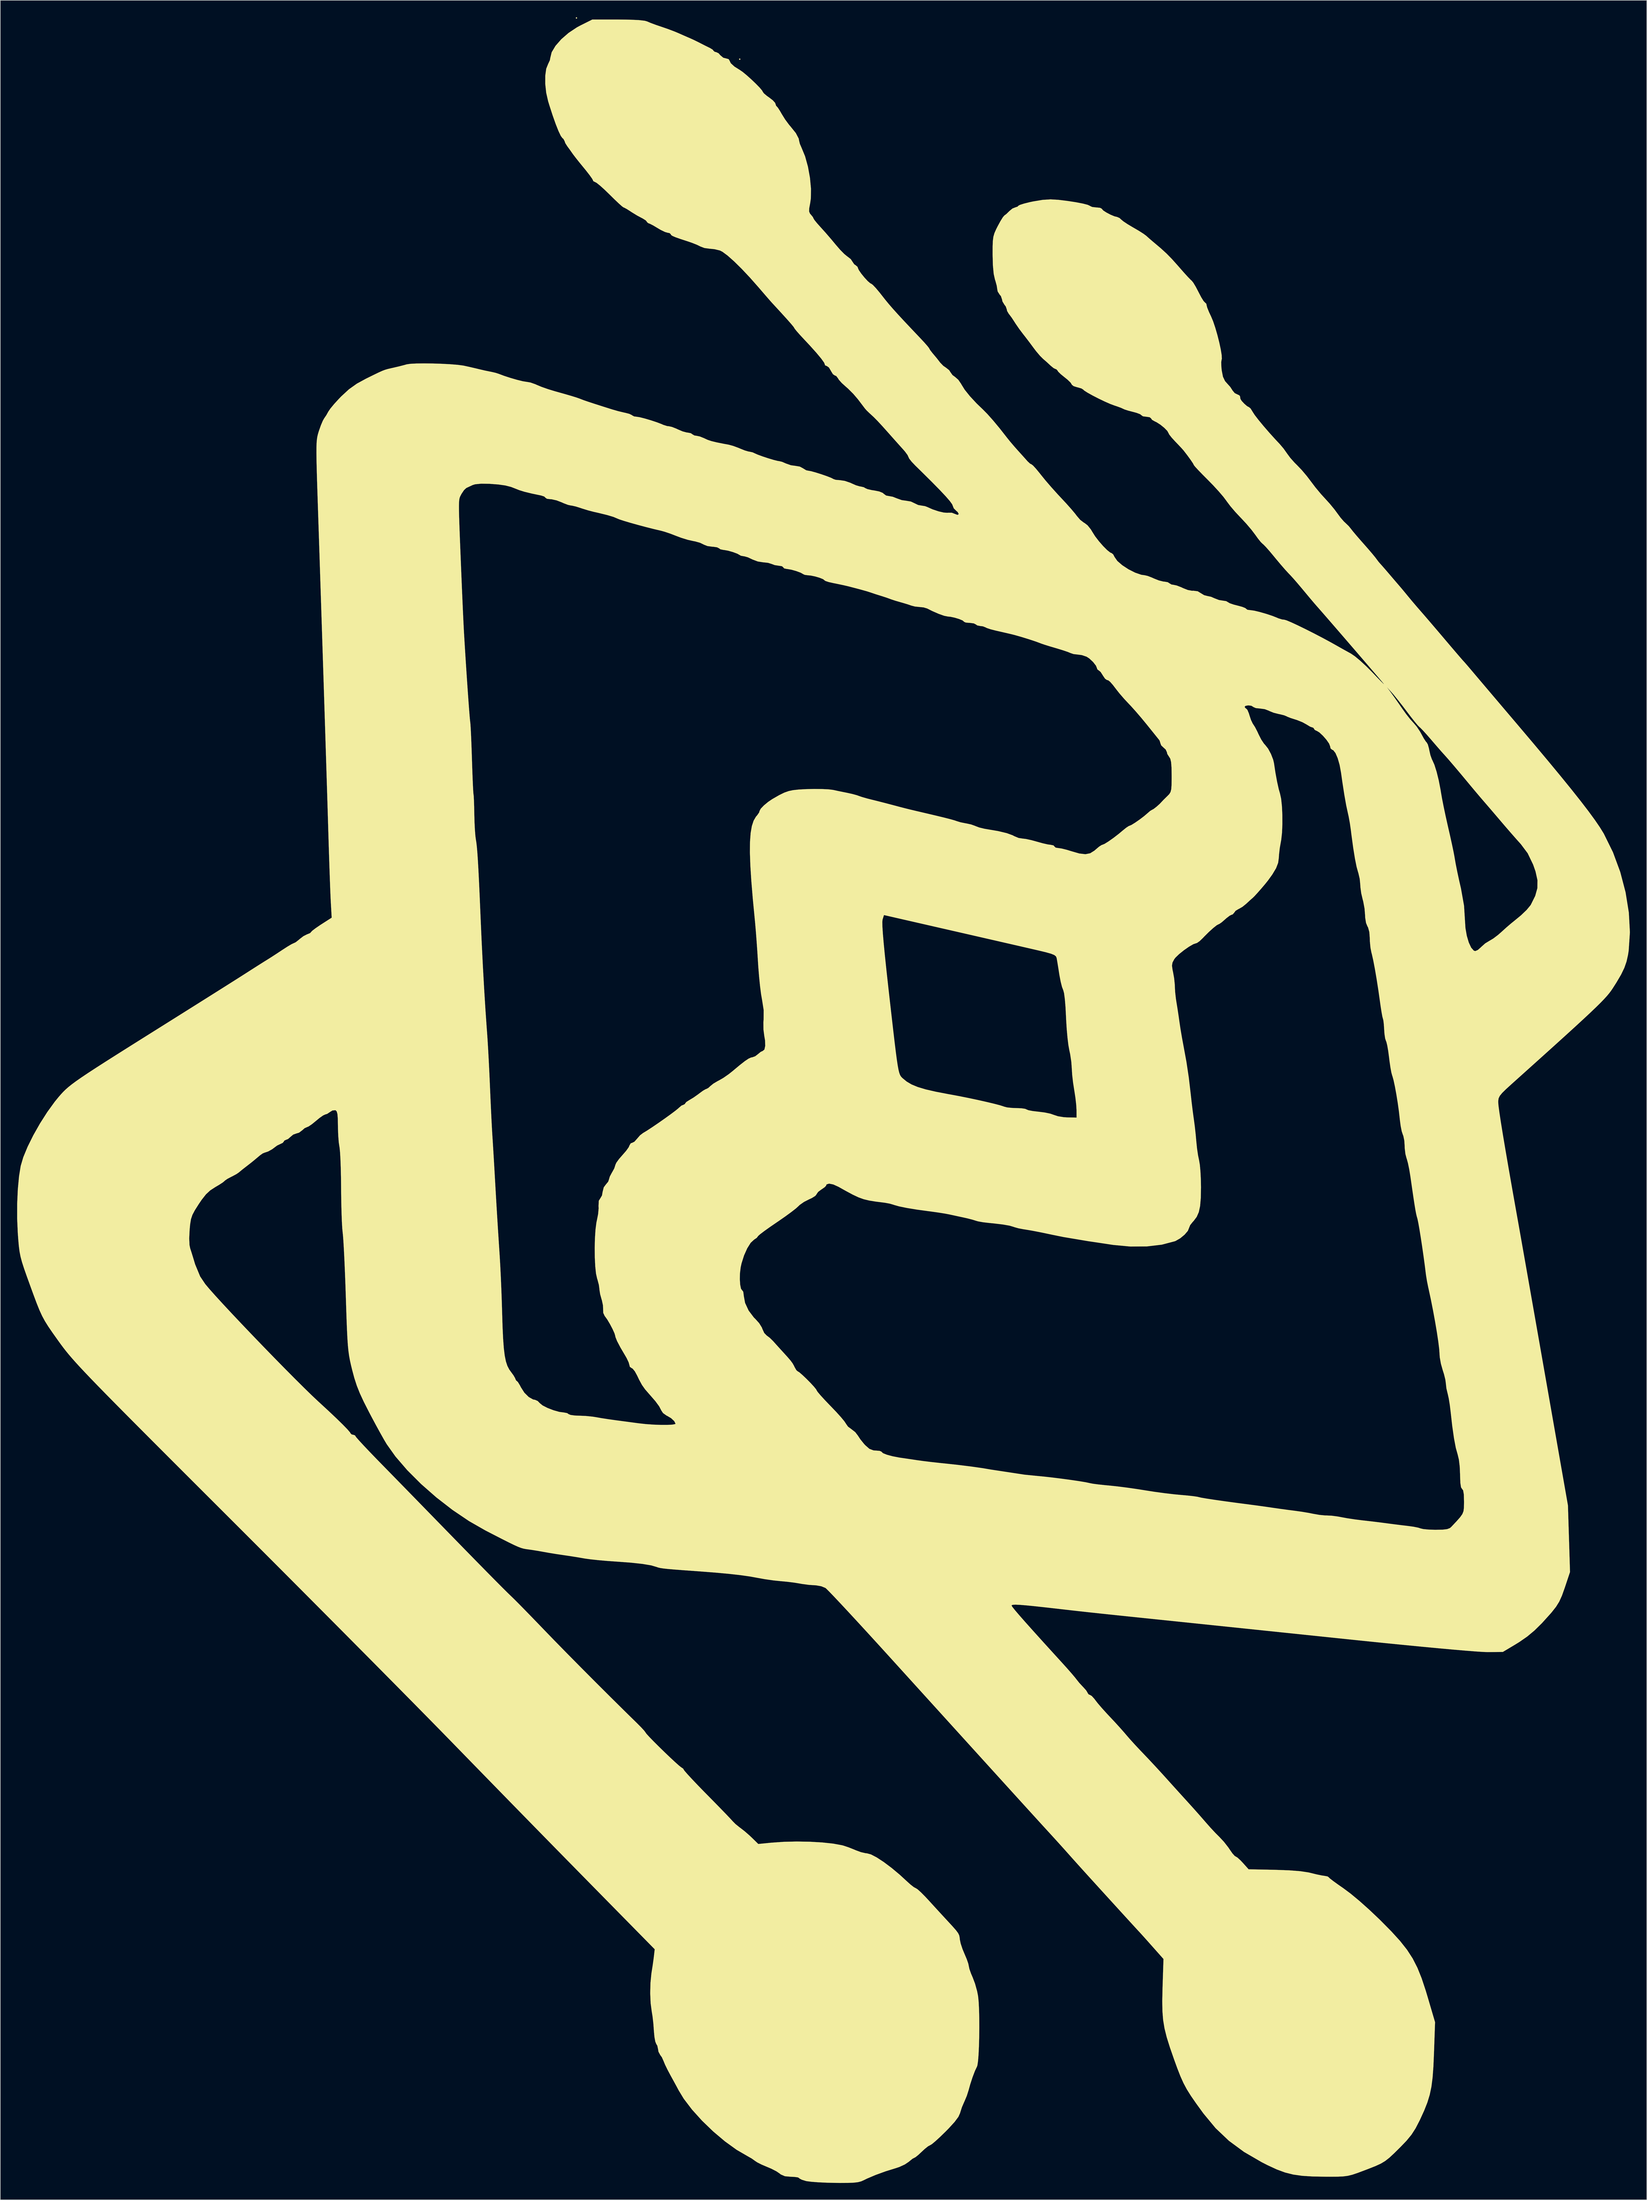
<source format=kicad_pcb>
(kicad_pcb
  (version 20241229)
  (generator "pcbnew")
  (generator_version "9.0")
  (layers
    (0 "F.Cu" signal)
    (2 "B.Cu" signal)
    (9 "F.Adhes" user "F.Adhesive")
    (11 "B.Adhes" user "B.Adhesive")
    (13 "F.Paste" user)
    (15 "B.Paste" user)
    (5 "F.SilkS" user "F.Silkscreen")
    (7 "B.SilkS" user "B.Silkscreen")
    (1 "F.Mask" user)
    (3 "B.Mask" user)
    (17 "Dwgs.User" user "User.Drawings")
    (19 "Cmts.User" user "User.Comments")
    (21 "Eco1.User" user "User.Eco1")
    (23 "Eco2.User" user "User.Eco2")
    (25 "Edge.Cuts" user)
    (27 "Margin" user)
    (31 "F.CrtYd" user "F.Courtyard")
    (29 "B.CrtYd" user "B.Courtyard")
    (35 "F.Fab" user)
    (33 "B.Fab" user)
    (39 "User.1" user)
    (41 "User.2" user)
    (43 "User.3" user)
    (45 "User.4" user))
  (footprint "SBHXTOPSILK"
    (layer "F.Cu")
    (at 144.319 192.198)
    (property "Reference" "SBHXTOPSILK" (at 0 0 0) (layer "F.SilkS") (effects (font (size 1.524 1.524) (thickness 0.3))))
    (attr through_hole)
    (fp_poly (pts (xy -44.591 -192.052) (xy -44.732 -191.911) (xy -44.873 -192.052) (xy -44.732 -192.193) (xy -44.591 -192.052)) (stroke (width 0.01) (type solid)) (fill yes) (layer "F.SilkS"))
    (fp_poly (pts (xy -15.522 -184.714) (xy -15.663 -184.573) (xy -15.804 -184.714) (xy -15.663 -184.856) (xy -15.522 -184.714)) (stroke (width 0.01) (type solid)) (fill yes) (layer "F.SilkS"))
    (fp_poly (pts (xy -35.227 -191.745) (xy -33.626 -191.672) (xy -32.571 -191.55) (xy -32.145 -191.427) (xy -31.526 -191.163) (xy -30.583 -190.813) (xy -29.633 -190.491) (xy -28.446 -190.083) (xy -27.261 -189.634) (xy -26.529 -189.327) (xy -25.614 -188.92) (xy -24.796 -188.565) (xy -24.553 -188.462) (xy -23.851 -188.143) (xy -22.968 -187.71) (xy -22.719 -187.582) (xy -21.867 -187.147) (xy -21.121 -186.779) (xy -20.957 -186.702) (xy -20.473 -186.402) (xy -20.322 -186.196) (xy -20.091 -186.008) (xy -19.899 -185.984) (xy -19.431 -185.767) (xy -19.126 -185.42) (xy -18.592 -184.971) (xy -18.135 -184.856) (xy -17.639 -184.721) (xy -17.498 -184.495) (xy -17.254 -183.992) (xy -16.602 -183.393) (xy -15.7 -182.828) (xy -15.166 -182.465) (xy -14.429 -181.859) (xy -13.599 -181.116) (xy -12.788 -180.342) (xy -12.108 -179.643) (xy -11.672 -179.125) (xy -11.571 -178.926) (xy -11.355 -178.624) (xy -10.806 -178.163) (xy -10.442 -177.908) (xy -9.778 -177.398) (xy -9.372 -176.952) (xy -9.313 -176.798) (xy -9.175 -176.397) (xy -9.102 -176.342) (xy -8.856 -176.059) (xy -8.459 -175.438) (xy -8.197 -174.978) (xy -7.586 -173.993) (xy -6.881 -173.04) (xy -6.645 -172.766) (xy -5.676 -171.563) (xy -5.166 -170.588) (xy -5.088 -170.18) (xy -4.955 -169.639) (xy -4.658 -168.954) (xy -4.027 -167.427) (xy -3.518 -165.579) (xy -3.158 -163.592) (xy -2.976 -161.648) (xy -3.001 -159.925) (xy -3.116 -159.118) (xy -3.292 -158.174) (xy -3.309 -157.603) (xy -3.157 -157.232) (xy -2.999 -157.052) (xy -2.636 -156.609) (xy -2.54 -156.386) (xy -2.361 -156.089) (xy -1.893 -155.511) (xy -1.241 -154.783) (xy -0.373 -153.82) (xy 0.618 -152.672) (xy 1.459 -151.662) (xy 2.221 -150.782) (xy 2.944 -150.048) (xy 3.487 -149.602) (xy 3.542 -149.57) (xy 4.112 -149.122) (xy 4.381 -148.712) (xy 4.724 -148.204) (xy 4.95 -148.06) (xy 5.317 -147.748) (xy 5.362 -147.588) (xy 5.538 -147.181) (xy 5.977 -146.545) (xy 6.552 -145.837) (xy 7.132 -145.21) (xy 7.587 -144.82) (xy 7.725 -144.763) (xy 8.028 -144.544) (xy 8.571 -143.975) (xy 9.258 -143.157) (xy 9.596 -142.727) (xy 10.22 -141.932) (xy 10.871 -141.14) (xy 11.613 -140.283) (xy 12.508 -139.29) (xy 13.618 -138.091) (xy 15.007 -136.618) (xy 16.439 -135.11) (xy 17.184 -134.311) (xy 17.75 -133.668) (xy 18.045 -133.288) (xy 18.067 -133.238) (xy 18.238 -132.938) (xy 18.662 -132.392) (xy 18.843 -132.179) (xy 19.443 -131.461) (xy 19.941 -130.82) (xy 20.013 -130.721) (xy 20.586 -130.131) (xy 21.066 -129.8) (xy 21.624 -129.36) (xy 21.872 -128.976) (xy 22.224 -128.486) (xy 22.684 -128.148) (xy 23.247 -127.657) (xy 23.759 -126.919) (xy 23.815 -126.809) (xy 24.394 -125.879) (xy 25.325 -124.72) (xy 26.511 -123.444) (xy 27.627 -122.371) (xy 28.438 -121.55) (xy 29.472 -120.387) (xy 30.625 -119) (xy 31.797 -117.507) (xy 31.891 -117.384) (xy 32.469 -116.665) (xy 33.242 -115.758) (xy 33.867 -115.055) (xy 34.597 -114.247) (xy 35.233 -113.539) (xy 35.593 -113.132) (xy 36.037 -112.72) (xy 36.299 -112.59) (xy 36.575 -112.374) (xy 37.091 -111.812) (xy 37.749 -111.013) (xy 37.958 -110.746) (xy 38.784 -109.728) (xy 39.841 -108.503) (xy 40.959 -107.262) (xy 41.538 -106.644) (xy 42.499 -105.612) (xy 43.377 -104.625) (xy 44.058 -103.814) (xy 44.361 -103.414) (xy 44.962 -102.717) (xy 45.609 -102.22) (xy 45.724 -102.164) (xy 46.267 -101.747) (xy 46.854 -101.017) (xy 47.123 -100.569) (xy 47.617 -99.787) (xy 48.292 -98.91) (xy 49.038 -98.055) (xy 49.746 -97.344) (xy 50.309 -96.896) (xy 50.547 -96.802) (xy 50.833 -96.569) (xy 51.083 -96.095) (xy 51.569 -95.401) (xy 52.442 -94.645) (xy 53.548 -93.921) (xy 54.732 -93.322) (xy 55.838 -92.941) (xy 56.462 -92.855) (xy 56.974 -92.735) (xy 57.742 -92.438) (xy 58.071 -92.287) (xy 58.948 -91.937) (xy 59.739 -91.739) (xy 59.942 -91.722) (xy 60.545 -91.62) (xy 60.819 -91.44) (xy 61.216 -91.205) (xy 61.552 -91.158) (xy 62.14 -91.033) (xy 62.952 -90.719) (xy 63.268 -90.568) (xy 64.121 -90.232) (xy 64.885 -90.093) (xy 65.093 -90.106) (xy 65.879 -90.005) (xy 66.367 -89.708) (xy 67.026 -89.309) (xy 67.565 -89.172) (xy 68.256 -89.025) (xy 68.862 -88.759) (xy 69.677 -88.446) (xy 70.327 -88.346) (xy 70.948 -88.25) (xy 71.249 -88.072) (xy 71.595 -87.87) (xy 72.316 -87.627) (xy 72.959 -87.463) (xy 73.802 -87.236) (xy 74.364 -87.011) (xy 74.507 -86.88) (xy 74.75 -86.708) (xy 75.283 -86.645) (xy 75.94 -86.555) (xy 76.935 -86.317) (xy 78.079 -85.988) (xy 79.181 -85.624) (xy 80.054 -85.278) (xy 80.218 -85.199) (xy 80.926 -84.983) (xy 81.286 -84.949) (xy 81.719 -84.821) (xy 82.555 -84.469) (xy 83.702 -83.937) (xy 85.067 -83.272) (xy 86.56 -82.519) (xy 88.087 -81.723) (xy 89.556 -80.93) (xy 90.593 -80.348) (xy 91.662 -79.744) (xy 92.816 -79.105) (xy 93.169 -78.911) (xy 93.877 -78.425) (xy 94.835 -77.628) (xy 95.914 -76.633) (xy 96.962 -75.578) (xy 97.845 -74.654) (xy 98.525 -73.958) (xy 98.945 -73.547) (xy 99.049 -73.477) (xy 99.02 -73.519) (xy 98.755 -73.838) (xy 98.176 -74.52) (xy 97.339 -75.499) (xy 96.299 -76.711) (xy 95.112 -78.091) (xy 93.834 -79.575) (xy 92.52 -81.099) (xy 91.225 -82.598) (xy 90.006 -84.006) (xy 88.918 -85.261) (xy 88.017 -86.297) (xy 87.358 -87.049) (xy 87.109 -87.33) (xy 86.633 -87.878) (xy 85.977 -88.651) (xy 85.557 -89.154) (xy 84.451 -90.481) (xy 83.62 -91.465) (xy 82.984 -92.197) (xy 82.463 -92.773) (xy 81.986 -93.272) (xy 81.418 -93.891) (xy 80.637 -94.791) (xy 79.781 -95.812) (xy 79.478 -96.183) (xy 78.711 -97.103) (xy 78.046 -97.857) (xy 77.582 -98.333) (xy 77.458 -98.432) (xy 77.114 -98.764) (xy 76.591 -99.414) (xy 76.137 -100.048) (xy 75.451 -100.954) (xy 74.538 -102.029) (xy 73.585 -103.055) (xy 73.488 -103.152) (xy 72.57 -104.131) (xy 71.699 -105.153) (xy 71.046 -106.018) (xy 70.981 -106.116) (xy 70.447 -106.826) (xy 69.621 -107.791) (xy 68.621 -108.879) (xy 67.676 -109.844) (xy 66.728 -110.796) (xy 65.947 -111.605) (xy 65.41 -112.189) (xy 65.194 -112.467) (xy 65.193 -112.474) (xy 65.033 -112.784) (xy 64.614 -113.406) (xy 64.027 -114.212) (xy 63.363 -115.071) (xy 63.359 -115.077) (xy 63.018 -115.462) (xy 62.424 -116.095) (xy 61.877 -116.663) (xy 61.242 -117.357) (xy 60.807 -117.912) (xy 60.678 -118.167) (xy 60.464 -118.555) (xy 59.928 -119.1) (xy 59.233 -119.663) (xy 58.537 -120.107) (xy 58.269 -120.23) (xy 57.75 -120.525) (xy 57.573 -120.784) (xy 57.328 -120.987) (xy 56.737 -121.073) (xy 56.727 -121.073) (xy 56.132 -121.147) (xy 55.88 -121.324) (xy 55.88 -121.327) (xy 55.63 -121.527) (xy 54.986 -121.77) (xy 54.398 -121.929) (xy 53.513 -122.159) (xy 52.849 -122.372) (xy 52.634 -122.471) (xy 52.21 -122.666) (xy 51.466 -122.937) (xy 51.082 -123.061) (xy 50.301 -123.353) (xy 49.299 -123.794) (xy 48.206 -124.32) (xy 47.149 -124.863) (xy 46.259 -125.359) (xy 45.663 -125.741) (xy 45.488 -125.911) (xy 45.176 -126.109) (xy 44.532 -126.297) (xy 44.429 -126.317) (xy 43.783 -126.52) (xy 43.461 -126.781) (xy 43.453 -126.82) (xy 43.239 -127.155) (xy 42.696 -127.678) (xy 42.183 -128.091) (xy 41.491 -128.654) (xy 41.033 -129.105) (xy 40.922 -129.291) (xy 40.705 -129.531) (xy 40.627 -129.54) (xy 40.236 -129.721) (xy 39.699 -130.158) (xy 39.682 -130.175) (xy 38.961 -130.843) (xy 38.347 -131.374) (xy 37.797 -131.923) (xy 37.116 -132.725) (xy 36.682 -133.295) (xy 35.946 -134.288) (xy 35.168 -135.306) (xy 34.809 -135.761) (xy 34.113 -136.683) (xy 33.446 -137.651) (xy 33.267 -137.933) (xy 32.78 -138.68) (xy 32.353 -139.256) (xy 32.254 -139.367) (xy 31.938 -139.907) (xy 31.891 -140.164) (xy 31.704 -140.701) (xy 31.468 -141.01) (xy 31.115 -141.593) (xy 31.044 -141.943) (xy 30.84 -142.548) (xy 30.621 -142.804) (xy 30.267 -143.364) (xy 30.194 -143.756) (xy 30.096 -144.403) (xy 29.86 -145.26) (xy 29.783 -145.486) (xy 29.559 -146.486) (xy 29.417 -147.986) (xy 29.363 -149.911) (xy 29.366 -151.344) (xy 29.404 -152.364) (xy 29.504 -153.122) (xy 29.693 -153.77) (xy 29.999 -154.459) (xy 30.268 -154.991) (xy 30.757 -155.889) (xy 31.176 -156.565) (xy 31.439 -156.881) (xy 31.448 -156.886) (xy 31.811 -157.156) (xy 32.319 -157.653) (xy 32.327 -157.662) (xy 32.889 -158.13) (xy 33.378 -158.327) (xy 33.382 -158.327) (xy 33.823 -158.477) (xy 33.914 -158.602) (xy 34.214 -158.775) (xy 34.942 -159.008) (xy 35.966 -159.264) (xy 36.548 -159.387) (xy 38.245 -159.67) (xy 39.673 -159.762) (xy 41.063 -159.682) (xy 42.724 -159.477) (xy 44.217 -159.246) (xy 45.444 -159.009) (xy 46.31 -158.783) (xy 46.718 -158.589) (xy 46.728 -158.576) (xy 47.088 -158.408) (xy 47.764 -158.328) (xy 47.853 -158.327) (xy 48.5 -158.256) (xy 48.818 -158.084) (xy 48.824 -158.051) (xy 49.057 -157.786) (xy 49.63 -157.415) (xy 50.359 -157.034) (xy 51.059 -156.741) (xy 51.524 -156.633) (xy 51.968 -156.436) (xy 52.22 -156.2) (xy 52.635 -155.854) (xy 53.392 -155.347) (xy 54.335 -154.785) (xy 54.426 -154.733) (xy 55.396 -154.168) (xy 56.214 -153.648) (xy 56.713 -153.281) (xy 56.733 -153.262) (xy 57.266 -152.783) (xy 57.949 -152.2) (xy 58.019 -152.142) (xy 59.309 -151.053) (xy 60.334 -150.116) (xy 61.283 -149.148) (xy 62.342 -147.966) (xy 62.608 -147.659) (xy 63.432 -146.722) (xy 64.143 -145.942) (xy 64.647 -145.423) (xy 64.818 -145.273) (xy 65.098 -144.926) (xy 65.525 -144.216) (xy 66.009 -143.292) (xy 66.041 -143.227) (xy 66.51 -142.331) (xy 66.916 -141.678) (xy 67.177 -141.396) (xy 67.192 -141.393) (xy 67.421 -141.164) (xy 67.451 -140.962) (xy 67.572 -140.495) (xy 67.887 -139.712) (xy 68.262 -138.916) (xy 68.625 -138.05) (xy 69.01 -136.904) (xy 69.386 -135.603) (xy 69.721 -134.274) (xy 69.985 -133.044) (xy 70.146 -132.039) (xy 70.175 -131.385) (xy 70.135 -131.238) (xy 70.068 -130.813) (xy 70.086 -130.026) (xy 70.153 -129.328) (xy 70.373 -128.194) (xy 70.743 -127.417) (xy 71.108 -127.005) (xy 71.671 -126.383) (xy 72.038 -125.818) (xy 72.056 -125.774) (xy 72.475 -125.272) (xy 72.815 -125.106) (xy 73.289 -124.881) (xy 73.413 -124.709) (xy 73.484 -124.248) (xy 73.708 -123.886) (xy 74.17 -123.391) (xy 74.673 -122.954) (xy 75.02 -122.767) (xy 75.292 -122.54) (xy 75.636 -121.992) (xy 75.655 -121.954) (xy 76.027 -121.382) (xy 76.705 -120.501) (xy 77.606 -119.411) (xy 78.645 -118.211) (xy 79.739 -117.002) (xy 80.479 -116.217) (xy 81.165 -115.408) (xy 81.791 -114.527) (xy 81.811 -114.496) (xy 82.357 -113.758) (xy 83.12 -112.899) (xy 83.6 -112.421) (xy 84.416 -111.569) (xy 85.32 -110.498) (xy 85.996 -109.607) (xy 86.846 -108.486) (xy 87.829 -107.307) (xy 88.541 -106.528) (xy 89.398 -105.585) (xy 90.226 -104.579) (xy 90.722 -103.907) (xy 91.321 -103.098) (xy 91.907 -102.428) (xy 92.138 -102.214) (xy 92.772 -101.603) (xy 93.143 -101.146) (xy 93.508 -100.68) (xy 94.145 -99.922) (xy 94.944 -99.001) (xy 95.391 -98.496) (xy 96.233 -97.539) (xy 96.967 -96.68) (xy 97.487 -96.045) (xy 97.637 -95.845) (xy 98.079 -95.256) (xy 98.359 -94.932) (xy 98.692 -94.563) (xy 99.264 -93.908) (xy 99.923 -93.14) (xy 100.659 -92.277) (xy 101.329 -91.495) (xy 101.741 -91.018) (xy 102.249 -90.421) (xy 102.918 -89.615) (xy 103.293 -89.156) (xy 104.037 -88.26) (xy 104.929 -87.214) (xy 105.551 -86.499) (xy 106.176 -85.781) (xy 107.069 -84.744) (xy 108.133 -83.5) (xy 109.272 -82.162) (xy 109.915 -81.404) (xy 110.945 -80.191) (xy 111.849 -79.131) (xy 112.564 -78.299) (xy 113.025 -77.768) (xy 113.168 -77.611) (xy 113.414 -77.342) (xy 113.923 -76.755) (xy 114.594 -75.966) (xy 114.754 -75.777) (xy 115.277 -75.158) (xy 116.111 -74.173) (xy 117.203 -72.885) (xy 118.498 -71.359) (xy 119.942 -69.658) (xy 121.481 -67.846) (xy 122.648 -66.473) (xy 125.611 -62.972) (xy 128.217 -59.864) (xy 130.484 -57.123) (xy 132.434 -54.724) (xy 134.086 -52.641) (xy 135.461 -50.849) (xy 136.579 -49.321) (xy 137.461 -48.033) (xy 138.126 -46.958) (xy 138.202 -46.825) (xy 139.818 -43.545) (xy 141.11 -40.044) (xy 142.057 -36.432) (xy 142.638 -32.82) (xy 142.829 -29.318) (xy 142.61 -26.034) (xy 142.491 -25.274) (xy 142.229 -24.103) (xy 141.841 -22.987) (xy 141.264 -21.79) (xy 140.434 -20.376) (xy 139.768 -19.332) (xy 139.482 -18.911) (xy 139.152 -18.473) (xy 138.748 -17.988) (xy 138.242 -17.43) (xy 137.603 -16.769) (xy 136.802 -15.979) (xy 135.809 -15.03) (xy 134.594 -13.895) (xy 133.129 -12.546) (xy 131.382 -10.955) (xy 129.325 -9.093) (xy 126.927 -6.933) (xy 124.16 -4.446) (xy 121.849 -2.372) (xy 120.789 -1.407) (xy 120.084 -0.715) (xy 119.663 -0.198) (xy 119.454 0.24) (xy 119.385 0.695) (xy 119.38 0.932) (xy 119.433 1.572) (xy 119.591 2.757) (xy 119.852 4.475) (xy 120.215 6.717) (xy 120.678 9.471) (xy 121.239 12.728) (xy 121.896 16.477) (xy 122.648 20.707) (xy 122.907 22.154) (xy 123.109 23.291) (xy 123.4 24.928) (xy 123.768 27.011) (xy 124.205 29.483) (xy 124.699 32.289) (xy 125.243 35.375) (xy 125.825 38.683) (xy 126.437 42.16) (xy 127.068 45.75) (xy 127.708 49.397) (xy 127.833 50.107) (xy 131.797 72.697) (xy 131.982 78.623) (xy 132.166 84.548) (xy 131.242 87.321) (xy 130.735 88.745) (xy 130.25 89.819) (xy 129.677 90.742) (xy 128.908 91.714) (xy 128.69 91.966) (xy 127.18 93.638) (xy 125.842 94.958) (xy 124.538 96.044) (xy 123.132 97.017) (xy 122.402 97.467) (xy 120.202 98.78) (xy 117.463 98.803) (xy 116.692 98.777) (xy 115.402 98.693) (xy 113.634 98.554) (xy 111.43 98.366) (xy 108.831 98.131) (xy 105.879 97.853) (xy 102.616 97.536) (xy 99.084 97.185) (xy 95.323 96.802) (xy 92.851 96.546) (xy 89.141 96.159) (xy 85.404 95.77) (xy 81.708 95.385) (xy 78.118 95.012) (xy 74.702 94.656) (xy 71.526 94.326) (xy 68.657 94.028) (xy 66.161 93.769) (xy 64.106 93.555) (xy 62.794 93.419) (xy 59.341 93.062) (xy 56.389 92.756) (xy 53.88 92.496) (xy 51.753 92.274) (xy 49.948 92.085) (xy 48.407 91.921) (xy 47.069 91.778) (xy 45.874 91.648) (xy 44.763 91.526) (xy 43.677 91.404) (xy 42.555 91.276) (xy 41.338 91.137) (xy 41.204 91.121) (xy 38.748 90.843) (xy 36.799 90.631) (xy 35.302 90.483) (xy 34.205 90.394) (xy 33.454 90.362) (xy 32.996 90.381) (xy 32.777 90.448) (xy 32.738 90.522) (xy 32.884 90.769) (xy 33.331 91.332) (xy 34.093 92.225) (xy 35.182 93.464) (xy 36.612 95.063) (xy 38.394 97.038) (xy 40.544 99.402) (xy 41.725 100.697) (xy 42.636 101.707) (xy 43.439 102.623) (xy 44.037 103.331) (xy 44.298 103.667) (xy 44.803 104.299) (xy 45.45 104.994) (xy 45.508 105.052) (xy 46.011 105.613) (xy 46.274 106.043) (xy 46.284 106.103) (xy 46.507 106.378) (xy 46.637 106.4) (xy 47.01 106.615) (xy 47.496 107.148) (xy 47.618 107.317) (xy 48.093 107.928) (xy 48.837 108.795) (xy 49.724 109.773) (xy 50.162 110.239) (xy 51.135 111.276) (xy 52.09 112.325) (xy 52.871 113.212) (xy 53.1 113.484) (xy 53.767 114.256) (xy 54.674 115.257) (xy 55.665 116.315) (xy 56.059 116.725) (xy 57.128 117.847) (xy 58.37 119.178) (xy 59.586 120.501) (xy 60.113 121.084) (xy 61.229 122.322) (xy 62.451 123.673) (xy 63.588 124.925) (xy 64.064 125.448) (xy 65.084 126.576) (xy 66.162 127.788) (xy 67.103 128.866) (xy 67.31 129.106) (xy 68.167 130.075) (xy 69.047 131.017) (xy 69.75 131.719) (xy 70.551 132.577) (xy 71.337 133.585) (xy 71.57 133.932) (xy 72.064 134.639) (xy 72.472 135.093) (xy 72.63 135.184) (xy 72.955 135.379) (xy 73.501 135.88) (xy 73.921 136.325) (xy 74.943 137.465) (xy 79.593 137.559) (xy 82.134 137.648) (xy 84.133 137.803) (xy 85.607 138.025) (xy 85.981 138.113) (xy 87.026 138.369) (xy 87.953 138.56) (xy 88.451 138.634) (xy 88.994 138.736) (xy 89.182 138.868) (xy 89.401 139.086) (xy 89.996 139.548) (xy 90.871 140.181) (xy 91.793 140.821) (xy 93.106 141.798) (xy 94.684 143.107) (xy 96.421 144.656) (xy 98.211 146.352) (xy 98.446 146.583) (xy 100.36 148.518) (xy 101.903 150.214) (xy 103.144 151.783) (xy 104.152 153.338) (xy 104.997 154.993) (xy 105.748 156.859) (xy 106.474 159.05) (xy 106.808 160.161) (xy 108.138 164.677) (xy 107.946 170.18) (xy 107.843 172.571) (xy 107.699 174.522) (xy 107.49 176.157) (xy 107.187 177.602) (xy 106.765 178.98) (xy 106.197 180.416) (xy 105.457 182.035) (xy 105.39 182.174) (xy 104.673 183.563) (xy 103.939 184.702) (xy 103.04 185.795) (xy 101.969 186.907) (xy 100.854 188.009) (xy 99.996 188.805) (xy 99.253 189.387) (xy 98.483 189.848) (xy 97.543 190.28) (xy 96.291 190.775) (xy 95.576 191.048) (xy 94.36 191.504) (xy 93.424 191.82) (xy 92.613 192.019) (xy 91.769 192.129) (xy 90.737 192.174) (xy 89.358 192.181) (xy 88.686 192.178) (xy 86.381 192.14) (xy 84.497 192.024) (xy 82.891 191.797) (xy 81.423 191.428) (xy 79.949 190.884) (xy 78.328 190.134) (xy 77.261 189.589) (xy 74.127 187.769) (xy 71.436 185.788) (xy 69.071 183.546) (xy 66.914 180.944) (xy 66.781 180.763) (xy 65.585 179.115) (xy 64.662 177.78) (xy 63.938 176.623) (xy 63.343 175.509) (xy 62.803 174.306) (xy 62.245 172.879) (xy 61.675 171.311) (xy 60.923 169.148) (xy 60.362 167.356) (xy 59.971 165.785) (xy 59.724 164.285) (xy 59.598 162.705) (xy 59.57 160.896) (xy 59.616 158.706) (xy 59.626 158.369) (xy 59.786 153.428) (xy 57.762 151.15) (xy 56.924 150.208) (xy 56.226 149.428) (xy 55.753 148.904) (xy 55.594 148.731) (xy 55.356 148.477) (xy 54.789 147.861) (xy 53.944 146.938) (xy 52.87 145.764) (xy 51.619 144.393) (xy 50.241 142.882) (xy 48.787 141.286) (xy 47.307 139.659) (xy 46.692 138.983) (xy 45.607 137.787) (xy 44.532 136.596) (xy 43.589 135.546) (xy 42.901 134.774) (xy 42.89 134.761) (xy 42.082 133.855) (xy 41.086 132.75) (xy 40.096 131.661) (xy 39.943 131.494) (xy 39.374 130.873) (xy 38.787 130.231) (xy 38.159 129.545) (xy 37.47 128.79) (xy 36.698 127.942) (xy 35.82 126.978) (xy 34.815 125.873) (xy 33.66 124.603) (xy 32.334 123.144) (xy 30.816 121.473) (xy 29.083 119.564) (xy 27.113 117.395) (xy 24.885 114.94) (xy 22.377 112.177) (xy 19.567 109.08) (xy 16.433 105.627) (xy 12.953 101.792) (xy 10.945 99.579) (xy 8.951 97.387) (xy 7.054 95.313) (xy 5.291 93.395) (xy 3.698 91.673) (xy 2.312 90.186) (xy 1.169 88.973) (xy 0.307 88.076) (xy -0.238 87.531) (xy -0.405 87.386) (xy -1.144 87.085) (xy -2.092 86.918) (xy -2.318 86.908) (xy -3.365 86.837) (xy -4.548 86.68) (xy -4.939 86.609) (xy -5.993 86.437) (xy -7.295 86.278) (xy -8.326 86.184) (xy -9.674 86.045) (xy -11.209 85.825) (xy -12.418 85.607) (xy -13.854 85.346) (xy -15.546 85.107) (xy -17.566 84.88) (xy -19.987 84.658) (xy -22.881 84.433) (xy -23.707 84.374) (xy -25.753 84.227) (xy -27.313 84.108) (xy -28.462 84.008) (xy -29.277 83.919) (xy -29.833 83.833) (xy -30.208 83.743) (xy -30.415 83.667) (xy -31.424 83.37) (xy -32.99 83.108) (xy -35.116 82.879) (xy -37.677 82.692) (xy -39.289 82.578) (xy -40.862 82.439) (xy -42.229 82.293) (xy -43.223 82.155) (xy -43.321 82.138) (xy -44.547 81.926) (xy -45.973 81.7) (xy -46.99 81.552) (xy -48.288 81.359) (xy -49.631 81.14) (xy -50.518 80.982) (xy -51.642 80.782) (xy -52.748 80.607) (xy -53.199 80.544) (xy -53.688 80.478) (xy -54.125 80.397) (xy -54.581 80.268) (xy -55.129 80.06) (xy -55.843 79.74) (xy -56.795 79.277) (xy -58.057 78.639) (xy -59.703 77.794) (xy -60.96 77.146) (xy -63.87 75.481) (xy -66.81 73.494) (xy -69.684 71.268) (xy -72.396 68.887) (xy -74.851 66.435) (xy -76.954 63.995) (xy -78.511 61.807) (xy -78.985 61.011) (xy -79.644 59.842) (xy -80.419 58.43) (xy -81.236 56.904) (xy -81.655 56.108) (xy -82.59 54.271) (xy -83.296 52.753) (xy -83.838 51.391) (xy -84.281 50.023) (xy -84.654 48.629) (xy -84.879 47.709) (xy -85.062 46.881) (xy -85.211 46.07) (xy -85.331 45.2) (xy -85.429 44.194) (xy -85.513 42.976) (xy -85.588 41.47) (xy -85.661 39.601) (xy -85.739 37.292) (xy -85.794 35.56) (xy -85.875 33.189) (xy -85.963 30.928) (xy -86.053 28.857) (xy -86.144 27.056) (xy -86.229 25.604) (xy -86.306 24.581) (xy -86.352 24.164) (xy -86.429 23.384) (xy -86.499 22.151) (xy -86.558 20.577) (xy -86.603 18.772) (xy -86.63 16.848) (xy -86.634 16.262) (xy -86.655 14.367) (xy -86.696 12.597) (xy -86.753 11.053) (xy -86.823 9.837) (xy -86.9 9.048) (xy -86.929 8.89) (xy -87.05 8.089) (xy -87.143 6.93) (xy -87.195 5.619) (xy -87.2 5.142) (xy -87.222 3.852) (xy -87.29 3.026) (xy -87.422 2.562) (xy -87.631 2.36) (xy -87.641 2.356) (xy -88.168 2.398) (xy -88.58 2.647) (xy -89.115 3.007) (xy -89.443 3.104) (xy -89.833 3.28) (xy -90.48 3.734) (xy -91.084 4.233) (xy -91.82 4.835) (xy -92.422 5.245) (xy -92.706 5.362) (xy -93.135 5.554) (xy -93.557 5.927) (xy -94.129 6.355) (xy -94.591 6.491) (xy -95.165 6.694) (xy -95.598 7.056) (xy -96.09 7.483) (xy -96.442 7.62) (xy -96.775 7.783) (xy -96.802 7.883) (xy -97.035 8.17) (xy -97.365 8.325) (xy -98.018 8.636) (xy -98.293 8.838) (xy -98.91 9.3) (xy -99.61 9.691) (xy -100.145 9.876) (xy -100.182 9.878) (xy -100.591 10.044) (xy -101.056 10.372) (xy -101.715 10.923) (xy -102.151 11.289) (xy -102.706 11.737) (xy -103.434 12.304) (xy -103.583 12.418) (xy -104.249 12.937) (xy -104.745 13.348) (xy -104.82 13.416) (xy -105.262 13.719) (xy -105.976 14.104) (xy -106.174 14.2) (xy -106.871 14.567) (xy -107.319 14.876) (xy -107.374 14.938) (xy -107.685 15.2) (xy -108.341 15.628) (xy -109.046 16.044) (xy -109.936 16.622) (xy -110.691 17.322) (xy -111.458 18.294) (xy -111.988 19.076) (xy -112.674 20.157) (xy -113.109 20.979) (xy -113.366 21.746) (xy -113.516 22.663) (xy -113.61 23.66) (xy -113.683 25.179) (xy -113.63 26.355) (xy -113.511 26.934) (xy -113.279 27.647) (xy -112.961 28.676) (xy -112.632 29.774) (xy -111.734 31.943) (xy -110.824 33.302) (xy -110.102 34.161) (xy -109.036 35.36) (xy -107.682 36.839) (xy -106.096 38.54) (xy -104.335 40.405) (xy -102.455 42.375) (xy -100.513 44.392) (xy -98.564 46.397) (xy -96.665 48.332) (xy -94.872 50.138) (xy -93.242 51.757) (xy -91.832 53.131) (xy -90.696 54.2) (xy -90.593 54.294) (xy -88.923 55.832) (xy -87.494 57.181) (xy -86.344 58.303) (xy -85.514 59.158) (xy -85.044 59.707) (xy -84.949 59.886) (xy -84.72 60.088) (xy -84.526 60.113) (xy -84.15 60.239) (xy -84.102 60.345) (xy -83.913 60.606) (xy -83.384 61.207) (xy -82.573 62.084) (xy -81.536 63.178) (xy -80.332 64.426) (xy -79.838 64.931) (xy -78.369 66.433) (xy -76.63 68.212) (xy -74.747 70.141) (xy -72.842 72.093) (xy -71.041 73.941) (xy -70.313 74.688) (xy -67.356 77.722) (xy -64.776 80.365) (xy -62.557 82.632) (xy -60.687 84.537) (xy -59.149 86.095) (xy -57.929 87.322) (xy -57.012 88.232) (xy -56.384 88.84) (xy -56.278 88.94) (xy -55.766 89.439) (xy -54.935 90.273) (xy -53.859 91.369) (xy -52.607 92.655) (xy -51.252 94.056) (xy -50.518 94.82) (xy -48.6 96.802) (xy -46.366 99.082) (xy -43.91 101.566) (xy -41.324 104.163) (xy -38.7 106.779) (xy -36.13 109.322) (xy -33.937 111.473) (xy -33.218 112.197) (xy -32.691 112.767) (xy -32.459 113.073) (xy -32.456 113.088) (xy -32.262 113.358) (xy -31.74 113.929) (xy -30.974 114.716) (xy -30.05 115.637) (xy -29.054 116.609) (xy -28.071 117.548) (xy -27.186 118.371) (xy -26.486 118.996) (xy -26.056 119.339) (xy -25.972 119.38) (xy -25.692 119.589) (xy -25.682 119.661) (xy -25.492 119.936) (xy -24.961 120.547) (xy -24.146 121.43) (xy -23.108 122.521) (xy -21.905 123.758) (xy -21.519 124.149) (xy -20.247 125.439) (xy -19.091 126.623) (xy -18.116 127.629) (xy -17.391 128.391) (xy -16.979 128.838) (xy -16.933 128.894) (xy -16.422 129.409) (xy -15.705 129.989) (xy -15.563 130.09) (xy -14.793 130.688) (xy -13.905 131.461) (xy -13.488 131.855) (xy -12.36 132.96) (xy -10.061 132.732) (xy -7.872 132.577) (xy -5.539 132.522) (xy -3.199 132.56) (xy -0.984 132.687) (xy 0.971 132.896) (xy 2.531 133.182) (xy 2.822 133.259) (xy 3.726 133.562) (xy 4.75 133.968) (xy 5.006 134.08) (xy 5.918 134.416) (xy 6.761 134.608) (xy 6.982 134.624) (xy 7.702 134.819) (xy 8.732 135.356) (xy 9.986 136.177) (xy 11.379 137.222) (xy 12.827 138.432) (xy 13.965 139.478) (xy 14.713 140.156) (xy 15.332 140.641) (xy 15.687 140.829) (xy 15.69 140.829) (xy 16.003 141.026) (xy 16.593 141.558) (xy 17.366 142.335) (xy 17.952 142.964) (xy 18.978 144.088) (xy 20.053 145.26) (xy 21 146.287) (xy 21.308 146.619) (xy 22.241 147.631) (xy 22.857 148.334) (xy 23.225 148.833) (xy 23.415 149.23) (xy 23.496 149.631) (xy 23.522 149.936) (xy 23.676 150.683) (xy 24.01 151.686) (xy 24.352 152.505) (xy 24.753 153.451) (xy 25.03 154.253) (xy 25.118 154.684) (xy 25.232 155.219) (xy 25.527 156.047) (xy 25.807 156.696) (xy 26.236 157.832) (xy 26.606 159.171) (xy 26.772 160.02) (xy 26.874 161.012) (xy 26.943 162.345) (xy 26.981 163.915) (xy 26.99 165.615) (xy 26.972 167.339) (xy 26.927 168.982) (xy 26.858 170.438) (xy 26.766 171.601) (xy 26.653 172.364) (xy 26.581 172.579) (xy 26.213 173.356) (xy 25.787 174.48) (xy 25.374 175.748) (xy 25.091 176.767) (xy 24.767 177.783) (xy 24.338 178.804) (xy 24.298 178.883) (xy 23.896 179.815) (xy 23.6 180.737) (xy 23.576 180.84) (xy 23.275 181.514) (xy 22.597 182.427) (xy 21.509 183.619) (xy 20.979 184.156) (xy 20.02 185.088) (xy 19.186 185.852) (xy 18.566 186.37) (xy 18.251 186.563) (xy 17.881 186.756) (xy 17.277 187.239) (xy 16.792 187.69) (xy 16.136 188.3) (xy 15.631 188.705) (xy 15.439 188.805) (xy 15.103 188.981) (xy 14.563 189.414) (xy 14.455 189.512) (xy 13.742 189.992) (xy 12.752 190.448) (xy 12.139 190.653) (xy 10.313 191.219) (xy 8.526 191.868) (xy 6.989 192.52) (xy 6.453 192.785) (xy 5.966 193.002) (xy 5.404 193.15) (xy 4.659 193.239) (xy 3.62 193.281) (xy 2.176 193.287) (xy 1.373 193.28) (xy -0.197 193.244) (xy -1.669 193.175) (xy -2.898 193.081) (xy -3.743 192.973) (xy -3.881 192.944) (xy -4.607 192.718) (xy -5.033 192.496) (xy -5.08 192.421) (xy -5.334 192.292) (xy -5.984 192.209) (xy -6.503 192.193) (xy -7.611 192.097) (xy -8.354 191.776) (xy -8.527 191.633) (xy -9.115 191.23) (xy -10.016 190.764) (xy -10.792 190.434) (xy -11.753 190.027) (xy -12.547 189.625) (xy -12.93 189.371) (xy -13.527 188.942) (xy -14.252 188.53) (xy -16.216 187.391) (xy -18.296 185.889) (xy -20.385 184.126) (xy -22.376 182.206) (xy -24.16 180.231) (xy -25.629 178.304) (xy -26.533 176.812) (xy -26.894 176.135) (xy -27.417 175.174) (xy -27.99 174.135) (xy -27.992 174.131) (xy -28.525 173.128) (xy -28.962 172.229) (xy -29.212 171.623) (xy -29.218 171.604) (xy -29.531 170.908) (xy -29.812 170.526) (xy -30.129 169.937) (xy -30.198 169.511) (xy -30.335 168.861) (xy -30.522 168.557) (xy -30.695 168.13) (xy -30.845 167.309) (xy -30.943 166.265) (xy -30.948 166.173) (xy -31.041 164.906) (xy -31.184 163.646) (xy -31.329 162.758) (xy -31.523 161.295) (xy -31.598 159.52) (xy -31.552 157.673) (xy -31.385 155.993) (xy -31.35 155.768) (xy -31.166 154.602) (xy -31 153.416) (xy -30.944 152.966) (xy -30.798 151.698) (xy -37.186 145.205) (xy -40.544 141.791) (xy -43.581 138.702) (xy -46.371 135.861) (xy -48.988 133.194) (xy -51.506 130.625) (xy -54 128.076) (xy -56.545 125.473) (xy -59.214 122.739) (xy -62.083 119.798) (xy -65.225 116.574) (xy -67.303 114.441) (xy -69.125 112.577) (xy -71.307 110.355) (xy -73.81 107.814) (xy -76.594 104.996) (xy -79.619 101.939) (xy -82.846 98.684) (xy -86.234 95.271) (xy -89.745 91.74) (xy -93.338 88.131) (xy -96.973 84.484) (xy -100.612 80.839) (xy -104.214 77.236) (xy -107.087 74.366) (xy -110.937 70.522) (xy -114.409 67.054) (xy -117.525 63.938) (xy -120.307 61.153) (xy -122.777 58.675) (xy -124.958 56.482) (xy -126.87 54.551) (xy -128.537 52.858) (xy -129.979 51.382) (xy -131.219 50.1) (xy -132.279 48.988) (xy -133.182 48.024) (xy -133.948 47.185) (xy -134.599 46.449) (xy -135.159 45.793) (xy -135.649 45.193) (xy -136.09 44.627) (xy -136.505 44.073) (xy -136.915 43.507) (xy -137.067 43.295) (xy -138.03 41.94) (xy -138.778 40.846) (xy -139.372 39.894) (xy -139.874 38.966) (xy -140.343 37.944) (xy -140.841 36.708) (xy -141.427 35.141) (xy -141.908 33.822) (xy -142.578 31.973) (xy -143.083 30.537) (xy -143.451 29.394) (xy -143.709 28.426) (xy -143.887 27.515) (xy -144.013 26.543) (xy -144.114 25.392) (xy -144.201 24.197) (xy -144.314 21.645) (xy -144.31 19.004) (xy -144.194 16.436) (xy -143.976 14.106) (xy -143.682 12.277) (xy -143.22 10.716) (xy -142.449 8.855) (xy -141.437 6.815) (xy -140.25 4.72) (xy -138.955 2.69) (xy -137.62 0.847) (xy -136.936 0.008) (xy -136.534 -0.455) (xy -136.135 -0.887) (xy -135.703 -1.312) (xy -135.199 -1.757) (xy -134.586 -2.247) (xy -133.826 -2.809) (xy -132.881 -3.468) (xy -131.714 -4.251) (xy -130.287 -5.183) (xy -128.561 -6.29) (xy -126.5 -7.598) (xy -124.065 -9.133) (xy -121.219 -10.921) (xy -118.674 -12.517) (xy -116.194 -14.073) (xy -113.766 -15.598) (xy -111.45 -17.054) (xy -109.307 -18.403) (xy -107.398 -19.606) (xy -105.782 -20.627) (xy -104.521 -21.426) (xy -103.675 -21.966) (xy -103.643 -21.986) (xy -102.419 -22.77) (xy -101.278 -23.496) (xy -100.356 -24.078) (xy -99.817 -24.412) (xy -99.111 -24.856) (xy -98.144 -25.483) (xy -97.121 -26.159) (xy -97.095 -26.176) (xy -96.207 -26.75) (xy -95.491 -27.175) (xy -95.083 -27.371) (xy -95.053 -27.376) (xy -94.699 -27.552) (xy -94.15 -27.988) (xy -94.038 -28.09) (xy -93.348 -28.62) (xy -92.69 -28.953) (xy -92.639 -28.967) (xy -92.146 -29.171) (xy -92.004 -29.336) (xy -91.784 -29.575) (xy -91.198 -30.024) (xy -90.365 -30.594) (xy -90.158 -30.728) (xy -88.311 -31.913) (xy -88.467 -34.654) (xy -88.514 -35.61) (xy -88.573 -37.039) (xy -88.64 -38.848) (xy -88.714 -40.946) (xy -88.79 -43.241) (xy -88.865 -45.64) (xy -88.906 -46.99) (xy -88.983 -49.589) (xy -89.078 -52.701) (xy -89.189 -56.273) (xy -89.314 -60.255) (xy -89.451 -64.595) (xy -89.599 -69.241) (xy -89.756 -74.142) (xy -89.921 -79.246) (xy -90.091 -84.502) (xy -90.266 -89.857) (xy -90.443 -95.262) (xy -90.621 -100.663) (xy -90.738 -104.177) (xy -90.772 -105.213) (xy -65.657 -105.213) (xy -65.652 -104.368) (xy -65.626 -103.245) (xy -65.578 -101.794) (xy -65.51 -99.966) (xy -65.42 -97.711) (xy -65.309 -94.979) (xy -65.21 -92.569) (xy -65.121 -90.43) (xy -65.029 -88.315) (xy -64.941 -86.341) (xy -64.86 -84.625) (xy -64.793 -83.284) (xy -64.761 -82.691) (xy -64.638 -80.638) (xy -64.504 -78.478) (xy -64.362 -76.289) (xy -64.219 -74.149) (xy -64.08 -72.137) (xy -63.951 -70.331) (xy -63.837 -68.809) (xy -63.743 -67.649) (xy -63.674 -66.929) (xy -63.649 -66.746) (xy -63.605 -66.304) (xy -63.55 -65.39) (xy -63.488 -64.096) (xy -63.424 -62.513) (xy -63.362 -60.733) (xy -63.342 -60.113) (xy -63.283 -58.32) (xy -63.223 -56.723) (xy -63.166 -55.405) (xy -63.115 -54.453) (xy -63.076 -53.948) (xy -63.064 -53.892) (xy -63.025 -53.566) (xy -62.986 -52.791) (xy -62.95 -51.684) (xy -62.923 -50.364) (xy -62.884 -48.917) (xy -62.816 -47.565) (xy -62.73 -46.472) (xy -62.649 -45.861) (xy -62.557 -45.295) (xy -62.468 -44.52) (xy -62.379 -43.488) (xy -62.288 -42.15) (xy -62.191 -40.456) (xy -62.086 -38.358) (xy -61.969 -35.806) (xy -61.838 -32.752) (xy -61.802 -31.891) (xy -61.611 -27.592) (xy -61.4 -23.37) (xy -61.175 -19.338) (xy -60.944 -15.612) (xy -60.713 -12.308) (xy -60.657 -11.571) (xy -60.567 -10.281) (xy -60.464 -8.572) (xy -60.356 -6.586) (xy -60.251 -4.469) (xy -60.155 -2.364) (xy -60.139 -1.976) (xy -60.052 0.037) (xy -59.961 2.02) (xy -59.873 3.849) (xy -59.792 5.399) (xy -59.727 6.544) (xy -59.712 6.773) (xy -59.64 7.877) (xy -59.547 9.391) (xy -59.441 11.158) (xy -59.332 13.026) (xy -59.262 14.252) (xy -59.111 16.895) (xy -58.979 19.159) (xy -58.854 21.229) (xy -58.726 23.291) (xy -58.582 25.53) (xy -58.413 28.13) (xy -58.397 28.363) (xy -58.297 30.086) (xy -58.194 32.178) (xy -58.099 34.446) (xy -58.018 36.695) (xy -57.973 38.241) (xy -57.893 40.869) (xy -57.794 42.998) (xy -57.669 44.697) (xy -57.506 46.03) (xy -57.297 47.065) (xy -57.031 47.869) (xy -56.699 48.507) (xy -56.432 48.878) (xy -55.937 49.556) (xy -55.638 50.078) (xy -55.598 50.219) (xy -55.443 50.509) (xy -55.386 50.521) (xy -55.148 50.754) (xy -54.793 51.339) (xy -54.625 51.67) (xy -54.007 52.637) (xy -53.231 53.407) (xy -52.444 53.848) (xy -52.113 53.904) (xy -51.632 54.117) (xy -51.262 54.499) (xy -50.758 54.908) (xy -49.888 55.352) (xy -48.838 55.757) (xy -47.797 56.051) (xy -46.963 56.162) (xy -46.383 56.273) (xy -46.143 56.444) (xy -45.788 56.596) (xy -45.046 56.698) (xy -44.306 56.727) (xy -43.091 56.776) (xy -41.849 56.901) (xy -41.289 56.99) (xy -40.325 57.159) (xy -39.062 57.355) (xy -37.763 57.538) (xy -37.677 57.55) (xy -36.282 57.734) (xy -34.806 57.93) (xy -33.584 58.093) (xy -32.333 58.23) (xy -30.997 58.322) (xy -29.694 58.369) (xy -28.542 58.369) (xy -27.658 58.321) (xy -27.161 58.225) (xy -27.093 58.158) (xy -27.321 57.695) (xy -27.882 57.17) (xy -28.593 56.749) (xy -28.694 56.708) (xy -29.318 56.261) (xy -29.614 55.815) (xy -30.007 55.061) (xy -30.679 54.146) (xy -31.703 52.968) (xy -31.75 52.917) (xy -32.513 52.039) (xy -33.071 51.25) (xy -33.581 50.313) (xy -33.919 49.601) (xy -34.333 48.843) (xy -34.725 48.357) (xy -34.907 48.26) (xy -35.227 48.027) (xy -35.29 47.766) (xy -35.438 47.235) (xy -35.798 46.475) (xy -35.989 46.143) (xy -36.895 44.602) (xy -37.5 43.452) (xy -37.792 42.721) (xy -37.818 42.554) (xy -37.955 42.078) (xy -38.302 41.308) (xy -38.764 40.428) (xy -39.244 39.617) (xy -39.646 39.057) (xy -39.696 39.004) (xy -39.957 38.443) (xy -39.983 37.862) (xy -40.008 37.102) (xy -40.204 36.187) (xy -40.259 36.018) (xy -40.51 35.116) (xy -40.64 34.3) (xy -40.644 34.184) (xy -40.744 33.436) (xy -40.986 32.518) (xy -41.015 32.432) (xy -15.647 32.432) (xy -15.585 33.399) (xy -15.442 34.113) (xy -15.231 34.427) (xy -15.202 34.431) (xy -15.034 34.678) (xy -14.953 35.28) (xy -14.952 35.348) (xy -14.712 36.653) (xy -14.077 38.022) (xy -13.15 39.249) (xy -12.865 39.528) (xy -12.201 40.265) (xy -11.724 41.034) (xy -11.625 41.301) (xy -11.299 42.008) (xy -10.871 42.451) (xy -10.301 42.882) (xy -9.713 43.462) (xy -9.158 44.081) (xy -8.429 44.886) (xy -8.002 45.353) (xy -7.161 46.278) (xy -6.612 46.917) (xy -6.262 47.391) (xy -6.015 47.824) (xy -5.88 48.108) (xy -5.579 48.63) (xy -5.354 48.824) (xy -5.045 49.014) (xy -4.479 49.504) (xy -3.776 50.172) (xy -3.057 50.9) (xy -2.443 51.566) (xy -2.052 52.049) (xy -1.976 52.206) (xy -1.788 52.501) (xy -1.275 53.109) (xy -0.512 53.944) (xy 0.425 54.922) (xy 0.553 55.053) (xy 1.529 56.072) (xy 2.358 56.991) (xy 2.958 57.714) (xy 3.247 58.145) (xy 3.254 58.166) (xy 3.62 58.684) (xy 4.193 59.105) (xy 4.904 59.658) (xy 5.363 60.256) (xy 5.815 60.939) (xy 6.456 61.732) (xy 6.675 61.973) (xy 7.424 62.632) (xy 8.149 62.906) (xy 8.589 62.936) (xy 9.249 62.994) (xy 9.585 63.138) (xy 9.596 63.173) (xy 9.854 63.409) (xy 10.545 63.681) (xy 11.541 63.95) (xy 12.715 64.177) (xy 12.982 64.217) (xy 14.005 64.365) (xy 15.237 64.548) (xy 15.946 64.655) (xy 17.025 64.803) (xy 18.417 64.973) (xy 19.872 65.134) (xy 20.32 65.179) (xy 23.034 65.469) (xy 25.513 65.774) (xy 27.641 66.078) (xy 29.069 66.322) (xy 35.047 67.229) (xy 37.253 67.448) (xy 38.624 67.582) (xy 40.194 67.76) (xy 41.837 67.967) (xy 43.43 68.184) (xy 44.848 68.395) (xy 45.967 68.583) (xy 46.663 68.73) (xy 46.708 68.743) (xy 47.223 68.84) (xy 48.147 68.962) (xy 49.329 69.089) (xy 50.094 69.16) (xy 51.569 69.315) (xy 53.347 69.541) (xy 55.178 69.804) (xy 56.444 70.007) (xy 58.146 70.273) (xy 59.987 70.524) (xy 61.714 70.726) (xy 62.794 70.827) (xy 64.037 70.937) (xy 65.093 71.054) (xy 65.82 71.161) (xy 66.04 71.214) (xy 66.504 71.322) (xy 67.471 71.487) (xy 68.884 71.703) (xy 70.686 71.959) (xy 72.819 72.248) (xy 75.212 72.56) (xy 76.618 72.747) (xy 78.173 72.964) (xy 79.163 73.109) (xy 80.569 73.311) (xy 82.123 73.521) (xy 83.114 73.647) (xy 84.379 73.823) (xy 85.658 74.036) (xy 86.501 74.204) (xy 87.555 74.388) (xy 88.566 74.485) (xy 88.9 74.49) (xy 89.756 74.534) (xy 90.844 74.679) (xy 91.44 74.791) (xy 92.518 74.989) (xy 93.871 75.193) (xy 95.212 75.361) (xy 95.25 75.365) (xy 96.68 75.527) (xy 98.221 75.714) (xy 99.483 75.878) (xy 100.852 76.058) (xy 102.335 76.242) (xy 103.293 76.354) (xy 104.31 76.495) (xy 105.136 76.659) (xy 105.551 76.794) (xy 106.021 76.906) (xy 106.888 76.992) (xy 107.983 77.035) (xy 108.253 77.038) (xy 109.482 77.016) (xy 110.279 76.923) (xy 110.774 76.737) (xy 110.997 76.553) (xy 111.958 75.531) (xy 112.603 74.803) (xy 112.997 74.244) (xy 113.201 73.731) (xy 113.279 73.137) (xy 113.294 72.338) (xy 113.296 71.996) (xy 113.263 70.742) (xy 113.137 70.012) (xy 112.959 69.78) (xy 112.764 69.478) (xy 112.645 68.7) (xy 112.596 67.408) (xy 112.594 67.216) (xy 112.534 65.801) (xy 112.383 64.54) (xy 112.167 63.641) (xy 111.836 62.461) (xy 111.511 60.747) (xy 111.195 58.526) (xy 110.913 56.021) (xy 110.763 54.8) (xy 110.579 53.668) (xy 110.397 52.848) (xy 110.376 52.777) (xy 110.161 51.869) (xy 110.067 51.031) (xy 110.067 51.006) (xy 109.973 50.308) (xy 109.732 49.337) (xy 109.502 48.616) (xy 109.183 47.485) (xy 108.978 46.335) (xy 108.938 45.752) (xy 108.879 44.868) (xy 108.716 43.542) (xy 108.467 41.883) (xy 108.149 40.001) (xy 107.783 38.005) (xy 107.386 36.003) (xy 106.977 34.104) (xy 106.922 33.867) (xy 106.703 32.78) (xy 106.526 31.685) (xy 106.498 31.468) (xy 106.31 29.96) (xy 106.085 28.303) (xy 105.841 26.61) (xy 105.594 24.992) (xy 105.363 23.563) (xy 105.163 22.432) (xy 105.014 21.714) (xy 104.979 21.589) (xy 104.871 21.216) (xy 104.762 20.738) (xy 104.637 20.078) (xy 104.486 19.161) (xy 104.295 17.912) (xy 104.052 16.255) (xy 103.745 14.114) (xy 103.744 14.111) (xy 103.546 12.9) (xy 103.322 11.815) (xy 103.114 11.047) (xy 103.065 10.918) (xy 102.862 10.151) (xy 102.743 9.142) (xy 102.729 8.712) (xy 102.663 7.75) (xy 102.495 6.936) (xy 102.395 6.684) (xy 102.204 6.105) (xy 102.017 5.159) (xy 101.87 4.042) (xy 101.861 3.951) (xy 101.706 2.573) (xy 101.495 1.058) (xy 101.25 -0.463) (xy 100.995 -1.853) (xy 100.753 -2.981) (xy 100.548 -3.713) (xy 100.509 -3.81) (xy 100.365 -4.332) (xy 100.195 -5.256) (xy 100.026 -6.421) (xy 99.955 -7.008) (xy 99.798 -8.194) (xy 99.627 -9.181) (xy 99.468 -9.823) (xy 99.401 -9.971) (xy 99.254 -10.416) (xy 99.134 -11.229) (xy 99.08 -11.989) (xy 99.02 -12.931) (xy 98.935 -13.643) (xy 98.862 -13.92) (xy 98.762 -14.29) (xy 98.615 -15.084) (xy 98.446 -16.169) (xy 98.345 -16.889) (xy 98.046 -18.995) (xy 97.732 -21.009) (xy 97.422 -22.823) (xy 97.134 -24.329) (xy 96.888 -25.419) (xy 96.815 -25.68) (xy 96.644 -26.547) (xy 96.537 -27.652) (xy 96.52 -28.237) (xy 96.437 -29.353) (xy 96.213 -30.172) (xy 96.106 -30.356) (xy 95.85 -30.978) (xy 95.701 -31.911) (xy 95.682 -32.34) (xy 95.585 -33.539) (xy 95.351 -34.801) (xy 95.253 -35.162) (xy 94.995 -36.261) (xy 94.845 -37.382) (xy 94.83 -37.742) (xy 94.727 -38.815) (xy 94.481 -39.876) (xy 94.438 -39.999) (xy 94.169 -40.966) (xy 93.875 -42.437) (xy 93.566 -44.354) (xy 93.253 -46.659) (xy 93.143 -47.554) (xy 92.97 -48.747) (xy 92.751 -49.942) (xy 92.621 -50.518) (xy 92.322 -51.895) (xy 91.99 -53.766) (xy 91.635 -56.062) (xy 91.402 -57.714) (xy 91.147 -59.104) (xy 90.801 -60.307) (xy 90.407 -61.218) (xy 90.006 -61.728) (xy 89.817 -61.799) (xy 89.534 -62.042) (xy 89.464 -62.393) (xy 89.275 -62.893) (xy 88.801 -63.577) (xy 88.18 -64.29) (xy 87.551 -64.876) (xy 87.053 -65.18) (xy 86.968 -65.193) (xy 86.66 -65.384) (xy 86.642 -65.476) (xy 86.424 -65.745) (xy 86.333 -65.758) (xy 85.904 -65.91) (xy 85.295 -66.276) (xy 85.275 -66.29) (xy 84.524 -66.705) (xy 83.559 -67.091) (xy 83.256 -67.186) (xy 82.435 -67.447) (xy 81.838 -67.682) (xy 81.703 -67.757) (xy 81.261 -67.936) (xy 80.513 -68.121) (xy 80.292 -68.163) (xy 79.392 -68.391) (xy 78.634 -68.698) (xy 78.538 -68.753) (xy 77.814 -69.028) (xy 76.942 -69.144) (xy 76.932 -69.144) (xy 76.226 -69.218) (xy 75.798 -69.4) (xy 75.777 -69.427) (xy 75.416 -69.64) (xy 74.866 -69.702) (xy 74.385 -69.613) (xy 74.224 -69.427) (xy 74.431 -69.153) (xy 74.496 -69.144) (xy 74.726 -68.898) (xy 74.987 -68.277) (xy 75.086 -67.945) (xy 75.367 -67.1) (xy 75.679 -66.448) (xy 75.768 -66.322) (xy 76.086 -65.826) (xy 76.498 -65.029) (xy 76.731 -64.52) (xy 77.184 -63.629) (xy 77.668 -62.9) (xy 77.893 -62.654) (xy 78.406 -62.007) (xy 78.92 -61.051) (xy 79.317 -60.029) (xy 79.461 -59.408) (xy 79.719 -57.7) (xy 80.012 -56.103) (xy 80.308 -54.778) (xy 80.528 -54.012) (xy 80.732 -53.081) (xy 80.873 -51.753) (xy 80.948 -50.193) (xy 80.954 -48.565) (xy 80.889 -47.033) (xy 80.749 -45.763) (xy 80.688 -45.438) (xy 80.483 -44.272) (xy 80.348 -43.079) (xy 80.322 -42.592) (xy 80.199 -41.675) (xy 79.833 -40.721) (xy 79.165 -39.603) (xy 78.385 -38.523) (xy 77.885 -37.9) (xy 77.231 -37.128) (xy 76.555 -36.359) (xy 75.988 -35.741) (xy 75.681 -35.441) (xy 75.23 -35.048) (xy 74.617 -34.482) (xy 74.522 -34.393) (xy 73.85 -33.847) (xy 73.229 -33.489) (xy 73.162 -33.465) (xy 72.619 -33.136) (xy 72.425 -32.868) (xy 72.117 -32.501) (xy 71.96 -32.456) (xy 71.581 -32.276) (xy 70.993 -31.827) (xy 70.752 -31.61) (xy 70.156 -31.094) (xy 69.724 -30.794) (xy 69.636 -30.764) (xy 69.274 -30.573) (xy 68.642 -30.072) (xy 67.856 -29.362) (xy 67.034 -28.544) (xy 66.798 -28.293) (xy 66.213 -27.733) (xy 65.746 -27.408) (xy 65.632 -27.376) (xy 65.108 -27.2) (xy 64.325 -26.747) (xy 63.434 -26.126) (xy 62.586 -25.447) (xy 61.933 -24.819) (xy 61.711 -24.535) (xy 61.39 -23.935) (xy 61.295 -23.374) (xy 61.403 -22.603) (xy 61.482 -22.25) (xy 61.68 -21.144) (xy 61.795 -20.032) (xy 61.807 -19.68) (xy 61.858 -18.706) (xy 61.989 -17.533) (xy 62.078 -16.95) (xy 62.265 -15.802) (xy 62.472 -14.433) (xy 62.617 -13.406) (xy 62.814 -12.093) (xy 63.073 -10.563) (xy 63.332 -9.172) (xy 63.87 -6.248) (xy 64.289 -3.455) (xy 64.628 -0.564) (xy 64.79 0.883) (xy 64.972 2.374) (xy 65.143 3.647) (xy 65.188 3.951) (xy 65.358 5.232) (xy 65.522 6.722) (xy 65.627 7.902) (xy 65.756 9.158) (xy 65.937 10.386) (xy 66.125 11.289) (xy 66.258 12.075) (xy 66.366 13.261) (xy 66.438 14.683) (xy 66.462 16.087) (xy 66.427 17.975) (xy 66.305 19.409) (xy 66.071 20.496) (xy 65.699 21.343) (xy 65.163 22.058) (xy 64.991 22.238) (xy 64.54 22.805) (xy 64.347 23.272) (xy 64.347 23.279) (xy 64.121 23.835) (xy 63.545 24.506) (xy 62.771 25.148) (xy 61.951 25.62) (xy 61.807 25.677) (xy 59.493 26.285) (xy 56.814 26.601) (xy 53.888 26.62) (xy 50.837 26.334) (xy 50.518 26.287) (xy 49.14 26.077) (xy 47.722 25.865) (xy 46.545 25.692) (xy 46.426 25.675) (xy 41.944 24.922) (xy 40.076 24.543) (xy 38.058 24.119) (xy 36.473 23.811) (xy 35.206 23.595) (xy 34.854 23.543) (xy 33.975 23.377) (xy 33.255 23.175) (xy 33.161 23.138) (xy 32.392 22.907) (xy 31.177 22.695) (xy 29.467 22.493) (xy 28.646 22.414) (xy 27.631 22.293) (xy 26.779 22.141) (xy 26.388 22.03) (xy 25.798 21.843) (xy 24.897 21.611) (xy 24.271 21.47) (xy 23.148 21.229) (xy 22.043 20.99) (xy 21.59 20.891) (xy 20.784 20.741) (xy 19.627 20.56) (xy 18.331 20.378) (xy 17.921 20.326) (xy 15.86 20.044) (xy 14.1 19.755) (xy 12.723 19.474) (xy 11.812 19.217) (xy 11.712 19.178) (xy 11.063 18.989) (xy 10.187 18.827) (xy 10.019 18.805) (xy 8.539 18.619) (xy 7.384 18.433) (xy 6.415 18.199) (xy 5.492 17.868) (xy 4.475 17.391) (xy 3.224 16.72) (xy 1.924 15.99) (xy 1 15.571) (xy 0.254 15.421) (xy -0.199 15.553) (xy -0.282 15.774) (xy -0.5 16.031) (xy -1.035 16.409) (xy -1.129 16.465) (xy -1.699 16.893) (xy -1.972 17.278) (xy -1.976 17.315) (xy -2.215 17.613) (xy -2.827 17.992) (xy -3.306 18.213) (xy -4.215 18.675) (xy -4.98 19.21) (xy -5.211 19.434) (xy -5.652 19.835) (xy -6.461 20.466) (xy -7.532 21.249) (xy -8.76 22.104) (xy -9.102 22.335) (xy -10.291 23.15) (xy -11.292 23.865) (xy -12.019 24.417) (xy -12.388 24.743) (xy -12.418 24.793) (xy -12.639 25.079) (xy -13.109 25.393) (xy -13.712 25.955) (xy -14.329 26.938) (xy -14.894 28.202) (xy -15.339 29.609) (xy -15.494 30.315) (xy -15.621 31.355) (xy -15.647 32.432) (xy -41.015 32.432) (xy -41.055 32.314) (xy -41.25 31.436) (xy -41.386 30.139) (xy -41.464 28.565) (xy -41.482 26.857) (xy -41.441 25.157) (xy -41.34 23.607) (xy -41.179 22.349) (xy -41.083 21.901) (xy -40.873 20.838) (xy -40.783 19.829) (xy -40.799 19.381) (xy -40.755 18.469) (xy -40.497 18.061) (xy -40.186 17.535) (xy -40.076 16.896) (xy -39.871 16.083) (xy -39.511 15.598) (xy -39.081 15.078) (xy -38.945 14.683) (xy -38.795 14.168) (xy -38.433 13.484) (xy -38.382 13.406) (xy -38.003 12.719) (xy -37.822 12.168) (xy -37.82 12.125) (xy -37.635 11.707) (xy -37.156 11.044) (xy -36.548 10.347) (xy -35.893 9.595) (xy -35.434 8.956) (xy -35.278 8.593) (xy -35.052 8.23) (xy -34.861 8.184) (xy -34.419 7.968) (xy -33.982 7.479) (xy -33.414 6.826) (xy -32.882 6.42) (xy -32.194 6.004) (xy -31.242 5.38) (xy -30.142 4.631) (xy -29.01 3.838) (xy -27.962 3.083) (xy -27.115 2.448) (xy -26.583 2.014) (xy -26.496 1.927) (xy -26.021 1.526) (xy -25.72 1.411) (xy -25.416 1.249) (xy -25.4 1.177) (xy -25.175 0.897) (xy -24.633 0.552) (xy -24.624 0.547) (xy -23.896 0.111) (xy -23.06 -0.478) (xy -22.866 -0.629) (xy -22.216 -1.105) (xy -21.734 -1.382) (xy -21.629 -1.411) (xy -21.261 -1.6) (xy -20.918 -1.919) (xy -20.366 -2.368) (xy -19.578 -2.835) (xy -19.391 -2.926) (xy -18.582 -3.39) (xy -17.61 -4.066) (xy -16.932 -4.605) (xy -15.664 -5.664) (xy -14.738 -6.388) (xy -14.083 -6.826) (xy -13.629 -7.028) (xy -13.431 -7.056) (xy -12.91 -7.243) (xy -12.418 -7.62) (xy -11.914 -8.034) (xy -11.576 -8.184) (xy -11.266 -8.436) (xy -11.12 -9.108) (xy -11.153 -10.079) (xy -11.287 -10.858) (xy -11.438 -12.015) (xy -11.451 -13.287) (xy -11.412 -13.73) (xy -11.4 -15.486) (xy -11.682 -17.274) (xy -11.858 -18.287) (xy -12.04 -19.708) (xy -12.211 -21.38) (xy -12.354 -23.147) (xy -12.408 -23.989) (xy -12.523 -25.832) (xy -12.657 -27.74) (xy -12.794 -29.527) (xy -12.922 -31.009) (xy -12.934 -31.141) (xy 9.722 -31.141) (xy 9.741 -30.314) (xy 9.822 -29.061) (xy 9.968 -27.357) (xy 10.181 -25.177) (xy 10.462 -22.499) (xy 10.816 -19.297) (xy 11.028 -17.421) (xy 11.379 -14.344) (xy 11.674 -11.779) (xy 11.921 -9.675) (xy 12.129 -7.984) (xy 12.305 -6.655) (xy 12.458 -5.639) (xy 12.595 -4.886) (xy 12.725 -4.347) (xy 12.856 -3.973) (xy 12.996 -3.712) (xy 13.153 -3.517) (xy 13.319 -3.353) (xy 14.057 -2.743) (xy 14.934 -2.225) (xy 16.033 -1.77) (xy 17.436 -1.35) (xy 19.224 -0.938) (xy 21.48 -0.505) (xy 21.872 -0.435) (xy 23.435 -0.144) (xy 25.105 0.191) (xy 26.776 0.547) (xy 28.34 0.899) (xy 29.691 1.222) (xy 30.723 1.494) (xy 31.33 1.69) (xy 31.393 1.719) (xy 31.933 1.859) (xy 32.817 1.952) (xy 33.564 1.976) (xy 34.484 2.013) (xy 35.154 2.11) (xy 35.393 2.216) (xy 35.729 2.357) (xy 36.472 2.501) (xy 37.464 2.618) (xy 37.524 2.623) (xy 38.65 2.766) (xy 39.654 2.978) (xy 40.285 3.199) (xy 41.008 3.435) (xy 42.02 3.598) (xy 42.686 3.639) (xy 44.309 3.669) (xy 44.303 2.328) (xy 44.248 1.38) (xy 44.107 0.133) (xy 43.91 -1.155) (xy 43.89 -1.27) (xy 43.685 -2.593) (xy 43.532 -3.94) (xy 43.463 -5.031) (xy 43.462 -5.08) (xy 43.375 -6.271) (xy 43.174 -7.612) (xy 43.021 -8.326) (xy 42.857 -9.232) (xy 42.697 -10.546) (xy 42.558 -12.11) (xy 42.455 -13.767) (xy 42.434 -14.252) (xy 42.344 -15.989) (xy 42.226 -17.419) (xy 42.088 -18.458) (xy 41.939 -19.024) (xy 41.924 -19.05) (xy 41.719 -19.59) (xy 41.486 -20.511) (xy 41.27 -21.632) (xy 41.231 -21.872) (xy 41.051 -23.019) (xy 40.889 -24.012) (xy 40.775 -24.668) (xy 40.761 -24.743) (xy 40.641 -25.027) (xy 40.342 -25.266) (xy 39.771 -25.498) (xy 38.833 -25.762) (xy 37.465 -26.09) (xy 36.503 -26.312) (xy 35.068 -26.642) (xy 33.235 -27.063) (xy 31.082 -27.557) (xy 28.684 -28.106) (xy 26.119 -28.694) (xy 23.463 -29.302) (xy 22.154 -29.601) (xy 10.019 -32.378) (xy 9.765 -31.564) (xy 9.722 -31.141) (xy -12.934 -31.141) (xy -12.966 -31.468) (xy -13.328 -35.218) (xy -13.596 -38.45) (xy -13.77 -41.204) (xy -13.849 -43.519) (xy -13.831 -45.434) (xy -13.716 -46.989) (xy -13.502 -48.223) (xy -13.19 -49.174) (xy -12.778 -49.883) (xy -12.55 -50.143) (xy -12.207 -50.637) (xy -12.136 -50.898) (xy -11.92 -51.306) (xy -11.364 -51.889) (xy -10.604 -52.519) (xy -9.872 -53.014) (xy -8.65 -53.717) (xy -7.728 -54.17) (xy -6.94 -54.446) (xy -6.192 -54.605) (xy -5.17 -54.719) (xy -3.849 -54.791) (xy -2.401 -54.821) (xy -0.998 -54.808) (xy 0.188 -54.75) (xy 0.985 -54.647) (xy 0.988 -54.647) (xy 1.758 -54.478) (xy 2.789 -54.266) (xy 3.387 -54.148) (xy 4.362 -53.933) (xy 5.179 -53.711) (xy 5.503 -53.595) (xy 6.077 -53.396) (xy 6.98 -53.136) (xy 7.761 -52.937) (xy 8.9 -52.654) (xy 10.291 -52.298) (xy 11.645 -51.942) (xy 11.712 -51.924) (xy 12.838 -51.624) (xy 13.758 -51.386) (xy 14.659 -51.163) (xy 15.729 -50.907) (xy 17.155 -50.574) (xy 17.216 -50.56) (xy 19.254 -50.081) (xy 20.8 -49.706) (xy 21.909 -49.421) (xy 22.64 -49.211) (xy 23.001 -49.084) (xy 23.658 -48.886) (xy 24.525 -48.711) (xy 24.646 -48.693) (xy 25.533 -48.501) (xy 26.274 -48.236) (xy 26.34 -48.201) (xy 26.982 -47.961) (xy 27.906 -47.738) (xy 28.363 -47.66) (xy 30.335 -47.324) (xy 31.881 -46.955) (xy 32.943 -46.569) (xy 33.202 -46.425) (xy 33.994 -46.096) (xy 34.633 -46) (xy 35.311 -45.917) (xy 36.296 -45.702) (xy 37.253 -45.438) (xy 38.291 -45.149) (xy 39.192 -44.946) (xy 39.723 -44.875) (xy 40.218 -44.767) (xy 40.358 -44.591) (xy 40.598 -44.374) (xy 41.02 -44.309) (xy 41.639 -44.221) (xy 42.562 -43.993) (xy 43.348 -43.751) (xy 44.796 -43.334) (xy 45.884 -43.207) (xy 46.742 -43.377) (xy 47.5 -43.853) (xy 47.696 -44.027) (xy 48.307 -44.545) (xy 48.771 -44.844) (xy 48.874 -44.873) (xy 49.282 -45.04) (xy 49.995 -45.482) (xy 50.886 -46.111) (xy 51.828 -46.838) (xy 52.493 -47.395) (xy 53.128 -47.91) (xy 53.597 -48.219) (xy 53.712 -48.259) (xy 54.086 -48.42) (xy 54.747 -48.83) (xy 55.544 -49.384) (xy 56.326 -49.977) (xy 56.927 -50.491) (xy 57.411 -50.909) (xy 57.699 -51.082) (xy 58.023 -51.254) (xy 58.557 -51.667) (xy 59.109 -52.163) (xy 59.372 -52.44) (xy 59.785 -52.878) (xy 60.379 -53.463) (xy 60.466 -53.545) (xy 60.816 -53.905) (xy 61.041 -54.271) (xy 61.169 -54.772) (xy 61.226 -55.538) (xy 61.242 -56.698) (xy 61.242 -57.176) (xy 61.22 -58.619) (xy 61.144 -59.595) (xy 61.002 -60.2) (xy 60.819 -60.496) (xy 60.468 -61.043) (xy 60.396 -61.361) (xy 60.177 -61.845) (xy 59.831 -62.154) (xy 59.388 -62.572) (xy 59.267 -62.874) (xy 59.1 -63.416) (xy 58.99 -63.582) (xy 58.706 -63.934) (xy 58.156 -64.619) (xy 57.425 -65.528) (xy 56.803 -66.302) (xy 55.852 -67.456) (xy 54.868 -68.603) (xy 54 -69.57) (xy 53.619 -69.97) (xy 52.769 -70.879) (xy 51.939 -71.84) (xy 51.503 -72.39) (xy 51.069 -72.954) (xy 99.552 -72.954) (xy 100.291 -71.967) (xy 100.823 -71.233) (xy 101.523 -70.239) (xy 102.244 -69.195) (xy 102.278 -69.144) (xy 102.989 -68.153) (xy 103.693 -67.258) (xy 104.247 -66.64) (xy 104.285 -66.604) (xy 104.871 -65.92) (xy 105.481 -65.003) (xy 105.715 -64.578) (xy 106.144 -63.798) (xy 106.508 -63.246) (xy 106.65 -63.095) (xy 106.854 -62.737) (xy 107.05 -62.035) (xy 107.106 -61.735) (xy 107.309 -60.839) (xy 107.573 -60.103) (xy 107.643 -59.972) (xy 108.018 -59.138) (xy 108.414 -57.882) (xy 108.793 -56.344) (xy 109.118 -54.664) (xy 109.194 -54.187) (xy 109.38 -53.116) (xy 109.665 -51.67) (xy 110.013 -50.02) (xy 110.388 -48.338) (xy 110.475 -47.959) (xy 110.833 -46.396) (xy 111.157 -44.922) (xy 111.419 -43.674) (xy 111.588 -42.791) (xy 111.619 -42.597) (xy 111.808 -41.505) (xy 112.098 -40.048) (xy 112.452 -38.408) (xy 112.751 -37.112) (xy 113.298 -34.037) (xy 113.457 -31.487) (xy 113.548 -30.059) (xy 113.788 -28.69) (xy 114.142 -27.491) (xy 114.571 -26.573) (xy 115.039 -26.046) (xy 115.3 -25.964) (xy 115.756 -26.163) (xy 116.305 -26.646) (xy 116.348 -26.695) (xy 117.069 -27.338) (xy 117.828 -27.797) (xy 118.501 -28.197) (xy 119.349 -28.839) (xy 119.944 -29.36) (xy 120.819 -30.153) (xy 121.7 -30.908) (xy 122.164 -31.28) (xy 123.426 -32.317) (xy 124.448 -33.295) (xy 125.12 -34.107) (xy 125.206 -34.245) (xy 125.974 -35.79) (xy 126.36 -37.18) (xy 126.375 -38.578) (xy 126.026 -40.148) (xy 125.602 -41.357) (xy 124.627 -43.382) (xy 123.415 -44.999) (xy 122.65 -45.851) (xy 121.669 -46.968) (xy 120.619 -48.18) (xy 119.944 -48.97) (xy 118.981 -50.101) (xy 118.04 -51.202) (xy 117.245 -52.126) (xy 116.824 -52.612) (xy 116.163 -53.381) (xy 115.304 -54.397) (xy 114.406 -55.471) (xy 114.184 -55.739) (xy 112.767 -57.441) (xy 111.524 -58.913) (xy 110.513 -60.092) (xy 109.787 -60.91) (xy 109.669 -61.038) (xy 109.247 -61.508) (xy 108.577 -62.275) (xy 107.776 -63.203) (xy 107.424 -63.615) (xy 106.637 -64.518) (xy 105.96 -65.26) (xy 105.494 -65.732) (xy 105.373 -65.831) (xy 105.07 -66.135) (xy 104.52 -66.791) (xy 103.806 -67.695) (xy 103.186 -68.512) (xy 102.324 -69.647) (xy 101.481 -70.722) (xy 100.776 -71.588) (xy 100.448 -71.967) (xy 99.552 -72.954) (xy 51.069 -72.954) (xy 50.777 -73.335) (xy 50.284 -73.898) (xy 49.939 -74.166) (xy 49.699 -74.224) (xy 49.381 -74.451) (xy 49.002 -75.003) (xy 48.966 -75.071) (xy 48.595 -75.646) (xy 48.277 -75.915) (xy 48.253 -75.918) (xy 47.99 -76.136) (xy 47.978 -76.226) (xy 47.771 -76.755) (xy 47.255 -77.42) (xy 46.588 -78.042) (xy 46.108 -78.359) (xy 45.251 -78.651) (xy 44.555 -78.74) (xy 43.774 -78.832) (xy 43.247 -79.009) (xy 42.747 -79.214) (xy 41.877 -79.509) (xy 40.811 -79.835) (xy 40.64 -79.885) (xy 39.547 -80.207) (xy 38.609 -80.5) (xy 38.007 -80.706) (xy 37.959 -80.726) (xy 37.081 -81.053) (xy 35.873 -81.454) (xy 34.553 -81.863) (xy 33.336 -82.21) (xy 32.738 -82.363) (xy 31.686 -82.608) (xy 30.464 -82.887) (xy 29.916 -83.011) (xy 29.013 -83.242) (xy 28.334 -83.468) (xy 28.095 -83.589) (xy 27.616 -83.776) (xy 27.195 -83.82) (xy 26.62 -83.933) (xy 26.388 -84.102) (xy 26.012 -84.293) (xy 25.329 -84.383) (xy 25.242 -84.384) (xy 24.596 -84.439) (xy 24.278 -84.573) (xy 24.271 -84.598) (xy 24.025 -84.811) (xy 23.412 -85.068) (xy 22.621 -85.309) (xy 21.838 -85.474) (xy 21.401 -85.513) (xy 20.745 -85.643) (xy 19.757 -85.993) (xy 18.597 -86.5) (xy 17.713 -86.945) (xy 17.071 -87.139) (xy 16.386 -87.207) (xy 15.527 -87.295) (xy 14.901 -87.459) (xy 14.225 -87.69) (xy 13.309 -87.965) (xy 12.982 -88.056) (xy 12.081 -88.317) (xy 11.332 -88.562) (xy 11.148 -88.631) (xy 10.513 -88.862) (xy 9.654 -89.142) (xy 9.454 -89.203) (xy 8.59 -89.473) (xy 7.874 -89.713) (xy 7.761 -89.754) (xy 6.96 -90.01) (xy 5.615 -90.385) (xy 3.724 -90.878) (xy 3.669 -90.892) (xy 2.818 -91.09) (xy 1.72 -91.322) (xy 1.058 -91.453) (xy 0.191 -91.648) (xy -0.398 -91.839) (xy -0.564 -91.956) (xy -0.811 -92.16) (xy -1.425 -92.409) (xy -2.22 -92.644) (xy -3.009 -92.809) (xy -3.476 -92.851) (xy -4.073 -92.926) (xy -4.333 -93.045) (xy -4.796 -93.308) (xy -5.579 -93.6) (xy -6.448 -93.846) (xy -7.169 -93.972) (xy -7.267 -93.976) (xy -7.763 -94.085) (xy -7.902 -94.262) (xy -8.144 -94.472) (xy -8.626 -94.544) (xy -9.435 -94.668) (xy -9.931 -94.855) (xy -10.616 -95.071) (xy -11.474 -95.165) (xy -11.506 -95.165) (xy -12.446 -95.311) (xy -13.39 -95.666) (xy -13.456 -95.702) (xy -14.212 -96.055) (xy -14.84 -96.233) (xy -14.919 -96.238) (xy -15.456 -96.334) (xy -15.622 -96.431) (xy -16.081 -96.693) (xy -16.861 -96.985) (xy -17.725 -97.231) (xy -18.44 -97.358) (xy -18.539 -97.362) (xy -19.109 -97.481) (xy -19.332 -97.649) (xy -19.705 -97.837) (xy -20.399 -97.936) (xy -20.548 -97.94) (xy -21.397 -98.054) (xy -22.075 -98.319) (xy -22.122 -98.352) (xy -22.727 -98.642) (xy -23.605 -98.887) (xy -23.934 -98.947) (xy -24.908 -99.166) (xy -26.09 -99.531) (xy -26.93 -99.846) (xy -28.003 -100.26) (xy -29.027 -100.605) (xy -29.633 -100.773) (xy -30.913 -101.074) (xy -32.344 -101.435) (xy -33.802 -101.825) (xy -35.167 -102.207) (xy -36.316 -102.549) (xy -37.125 -102.816) (xy -37.428 -102.943) (xy -38.138 -103.242) (xy -39.273 -103.581) (xy -40.889 -103.976) (xy -41.628 -104.141) (xy -42.646 -104.404) (xy -43.753 -104.746) (xy -43.992 -104.828) (xy -44.842 -105.096) (xy -45.529 -105.253) (xy -45.702 -105.269) (xy -46.237 -105.387) (xy -47.021 -105.684) (xy -47.347 -105.833) (xy -48.27 -106.187) (xy -49.154 -106.384) (xy -49.375 -106.398) (xy -49.976 -106.469) (xy -50.235 -106.642) (xy -50.236 -106.648) (xy -50.478 -106.878) (xy -51.012 -107.053) (xy -52.729 -107.413) (xy -53.997 -107.722) (xy -54.922 -108.009) (xy -55.403 -108.201) (xy -56.382 -108.583) (xy -57.413 -108.844) (xy -58.668 -109.02) (xy -60.23 -109.137) (xy -61.683 -109.162) (xy -62.758 -109.057) (xy -63.193 -108.928) (xy -63.891 -108.604) (xy -64.347 -108.39) (xy -64.747 -108.019) (xy -65.189 -107.363) (xy -65.261 -107.227) (xy -65.377 -107.007) (xy -65.474 -106.806) (xy -65.55 -106.576) (xy -65.606 -106.267) (xy -65.642 -105.829) (xy -65.657 -105.213) (xy -90.772 -105.213) (xy -90.836 -107.172) (xy -90.916 -109.659) (xy -90.974 -111.693) (xy -91.013 -113.331) (xy -91.029 -114.627) (xy -91.024 -115.638) (xy -90.996 -116.419) (xy -90.945 -117.027) (xy -90.87 -117.517) (xy -90.771 -117.944) (xy -90.647 -118.365) (xy -90.587 -118.555) (xy -90.238 -119.545) (xy -89.895 -120.356) (xy -89.658 -120.775) (xy -89.266 -121.353) (xy -88.912 -121.989) (xy -88.543 -122.53) (xy -87.884 -123.327) (xy -87.046 -124.246) (xy -86.621 -124.686) (xy -85.236 -125.962) (xy -83.825 -126.965) (xy -82.222 -127.839) (xy -80.906 -128.488) (xy -79.976 -128.938) (xy -79.312 -129.237) (xy -78.793 -129.434) (xy -78.299 -129.577) (xy -77.709 -129.715) (xy -77.329 -129.799) (xy -76.294 -130.042) (xy -75.356 -130.283) (xy -74.965 -130.396) (xy -74.322 -130.492) (xy -73.246 -130.548) (xy -71.864 -130.565) (xy -70.307 -130.547) (xy -68.702 -130.496) (xy -67.179 -130.416) (xy -65.867 -130.31) (xy -64.894 -130.181) (xy -64.77 -130.156) (xy -63.616 -129.902) (xy -62.429 -129.624) (xy -62.089 -129.54) (xy -61.101 -129.309) (xy -60.186 -129.119) (xy -59.972 -129.08) (xy -59.153 -128.895) (xy -58.561 -128.703) (xy -57.599 -128.343) (xy -56.454 -127.971) (xy -55.299 -127.638) (xy -54.308 -127.393) (xy -53.652 -127.284) (xy -53.602 -127.283) (xy -52.918 -127.161) (xy -52.05 -126.856) (xy -51.788 -126.737) (xy -50.941 -126.385) (xy -49.79 -125.981) (xy -48.581 -125.612) (xy -48.542 -125.601) (xy -46.86 -125.129) (xy -45.629 -124.772) (xy -44.755 -124.501) (xy -44.145 -124.288) (xy -43.886 -124.184) (xy -43.425 -124.009) (xy -42.651 -123.743) (xy -41.504 -123.367) (xy -39.923 -122.862) (xy -38.374 -122.372) (xy -37.327 -122.072) (xy -36.29 -121.821) (xy -36.042 -121.771) (xy -35.32 -121.582) (xy -34.873 -121.366) (xy -34.835 -121.324) (xy -34.459 -121.124) (xy -34.062 -121.076) (xy -33.486 -120.988) (xy -32.566 -120.756) (xy -31.482 -120.437) (xy -30.419 -120.085) (xy -29.558 -119.757) (xy -29.284 -119.63) (xy -28.595 -119.412) (xy -28.286 -119.38) (xy -27.726 -119.256) (xy -26.94 -118.946) (xy -26.67 -118.816) (xy -25.833 -118.461) (xy -25.097 -118.265) (xy -24.934 -118.251) (xy -24.36 -118.138) (xy -24.13 -117.969) (xy -23.733 -117.734) (xy -23.394 -117.687) (xy -22.765 -117.558) (xy -21.992 -117.246) (xy -21.929 -117.213) (xy -21.374 -116.958) (xy -20.704 -116.735) (xy -19.792 -116.513) (xy -18.515 -116.258) (xy -17.639 -116.098) (xy -16.842 -115.882) (xy -15.884 -115.529) (xy -15.596 -115.405) (xy -14.783 -115.078) (xy -14.135 -114.886) (xy -13.969 -114.864) (xy -13.363 -114.73) (xy -13.049 -114.586) (xy -12.477 -114.331) (xy -11.592 -114.006) (xy -10.576 -113.671) (xy -9.614 -113.383) (xy -8.889 -113.203) (xy -8.649 -113.171) (xy -8.128 -113.047) (xy -7.441 -112.75) (xy -6.548 -112.437) (xy -5.735 -112.326) (xy -4.965 -112.197) (xy -4.415 -111.901) (xy -3.829 -111.544) (xy -3.477 -111.47) (xy -2.965 -111.379) (xy -2.129 -111.149) (xy -1.142 -110.838) (xy -0.175 -110.503) (xy 0.603 -110.2) (xy 1.02 -109.986) (xy 1.032 -109.976) (xy 1.421 -109.845) (xy 2.11 -109.785) (xy 2.175 -109.784) (xy 3.049 -109.651) (xy 4.02 -109.321) (xy 4.233 -109.22) (xy 5.038 -108.868) (xy 5.71 -108.671) (xy 5.859 -108.656) (xy 6.447 -108.518) (xy 6.652 -108.382) (xy 7.075 -108.191) (xy 7.846 -108.012) (xy 8.33 -107.94) (xy 9.189 -107.766) (xy 9.804 -107.512) (xy 9.962 -107.367) (xy 10.397 -107.047) (xy 10.847 -106.962) (xy 11.576 -106.831) (xy 12.315 -106.541) (xy 13.192 -106.229) (xy 13.987 -106.117) (xy 14.802 -105.981) (xy 15.398 -105.701) (xy 16.103 -105.363) (xy 16.584 -105.278) (xy 17.332 -105.156) (xy 17.713 -105.012) (xy 18.674 -104.585) (xy 19.724 -104.235) (xy 20.675 -104.014) (xy 21.341 -103.973) (xy 21.425 -103.991) (xy 22.095 -103.989) (xy 22.547 -103.811) (xy 23.108 -103.6) (xy 23.34 -103.743) (xy 23.145 -104.112) (xy 22.914 -104.304) (xy 22.448 -104.772) (xy 22.296 -105.151) (xy 22.161 -105.493) (xy 21.743 -106.07) (xy 21.015 -106.91) (xy 19.956 -108.037) (xy 18.54 -109.479) (xy 16.743 -111.26) (xy 15.593 -112.386) (xy 14.949 -113.064) (xy 14.513 -113.62) (xy 14.393 -113.876) (xy 14.217 -114.26) (xy 13.768 -114.87) (xy 13.476 -115.209) (xy 12.854 -115.9) (xy 12.013 -116.84) (xy 11.11 -117.856) (xy 10.866 -118.132) (xy 9.746 -119.384) (xy 8.889 -120.309) (xy 8.195 -121.011) (xy 7.565 -121.595) (xy 7.458 -121.688) (xy 6.92 -122.207) (xy 6.632 -122.535) (xy 6.31 -122.96) (xy 5.784 -123.653) (xy 5.385 -124.178) (xy 4.566 -125.136) (xy 3.611 -126.089) (xy 3.214 -126.436) (xy 2.505 -127.077) (xy 1.988 -127.656) (xy 1.831 -127.917) (xy 1.51 -128.335) (xy 1.285 -128.411) (xy 0.932 -128.646) (xy 0.582 -129.217) (xy 0.564 -129.258) (xy 0.214 -129.842) (xy -0.156 -130.103) (xy -0.175 -130.104) (xy -0.485 -130.234) (xy -0.494 -130.335) (xy -0.637 -130.704) (xy -1.153 -131.423) (xy -2.01 -132.451) (xy -3.173 -133.748) (xy -4.163 -134.805) (xy -4.941 -135.642) (xy -5.546 -136.326) (xy -5.887 -136.755) (xy -5.932 -136.84) (xy -6.073 -137.067) (xy -6.507 -137.593) (xy -7.257 -138.443) (xy -8.348 -139.645) (xy -9.803 -141.225) (xy -9.959 -141.393) (xy -10.302 -141.779) (xy -10.913 -142.481) (xy -11.696 -143.389) (xy -12.284 -144.074) (xy -13.836 -145.831) (xy -15.315 -147.401) (xy -16.663 -148.728) (xy -17.823 -149.758) (xy -18.735 -150.433) (xy -19.181 -150.661) (xy -20.15 -150.897) (xy -21.078 -150.989) (xy -21.944 -151.105) (xy -22.658 -151.376) (xy -23.277 -151.679) (xy -24.193 -152.041) (xy -24.836 -152.262) (xy -26.194 -152.705) (xy -27.098 -153.023) (xy -27.633 -153.252) (xy -27.885 -153.427) (xy -27.94 -153.563) (xy -28.174 -153.772) (xy -28.449 -153.811) (xy -28.962 -153.956) (xy -29.735 -154.329) (xy -30.293 -154.658) (xy -31.075 -155.124) (xy -31.677 -155.432) (xy -31.901 -155.504) (xy -32.167 -155.701) (xy -32.173 -155.755) (xy -32.403 -156.028) (xy -32.969 -156.38) (xy -33.095 -156.442) (xy -33.937 -156.892) (xy -34.872 -157.463) (xy -35.083 -157.603) (xy -35.763 -158.038) (xy -36.245 -158.298) (xy -36.349 -158.33) (xy -36.616 -158.52) (xy -37.191 -159.032) (xy -37.985 -159.786) (xy -38.799 -160.588) (xy -39.731 -161.491) (xy -40.542 -162.221) (xy -41.139 -162.698) (xy -41.41 -162.842) (xy -41.742 -163.011) (xy -41.769 -163.113) (xy -41.939 -163.438) (xy -42.393 -164.078) (xy -43.049 -164.92) (xy -43.392 -165.338) (xy -44.175 -166.295) (xy -44.861 -167.157) (xy -45.337 -167.781) (xy -45.438 -167.923) (xy -45.951 -168.653) (xy -46.355 -169.199) (xy -46.716 -169.766) (xy -46.849 -170.14) (xy -47.06 -170.531) (xy -47.225 -170.66) (xy -47.518 -171.054) (xy -47.928 -171.916) (xy -48.426 -173.17) (xy -48.981 -174.738) (xy -49.566 -176.544) (xy -49.777 -177.237) (xy -50.117 -178.738) (xy -50.287 -180.303) (xy -50.285 -181.78) (xy -50.114 -183.018) (xy -49.776 -183.86) (xy -49.465 -184.523) (xy -49.389 -184.945) (xy -49.144 -185.95) (xy -48.464 -187.086) (xy -47.434 -188.262) (xy -46.139 -189.388) (xy -44.663 -190.372) (xy -44.047 -190.703) (xy -41.91 -191.77) (xy -37.366 -191.77) (xy -35.227 -191.745)) (stroke (width 0.01) (type solid)) (fill yes) (layer "F.SilkS")))
  (gr_rect
    (start -3 -3)
    (end 290.154 388.49)
    (stroke (width 0.1) (type default))
    (fill no)
    (layer "Edge.Cuts")))
</source>
